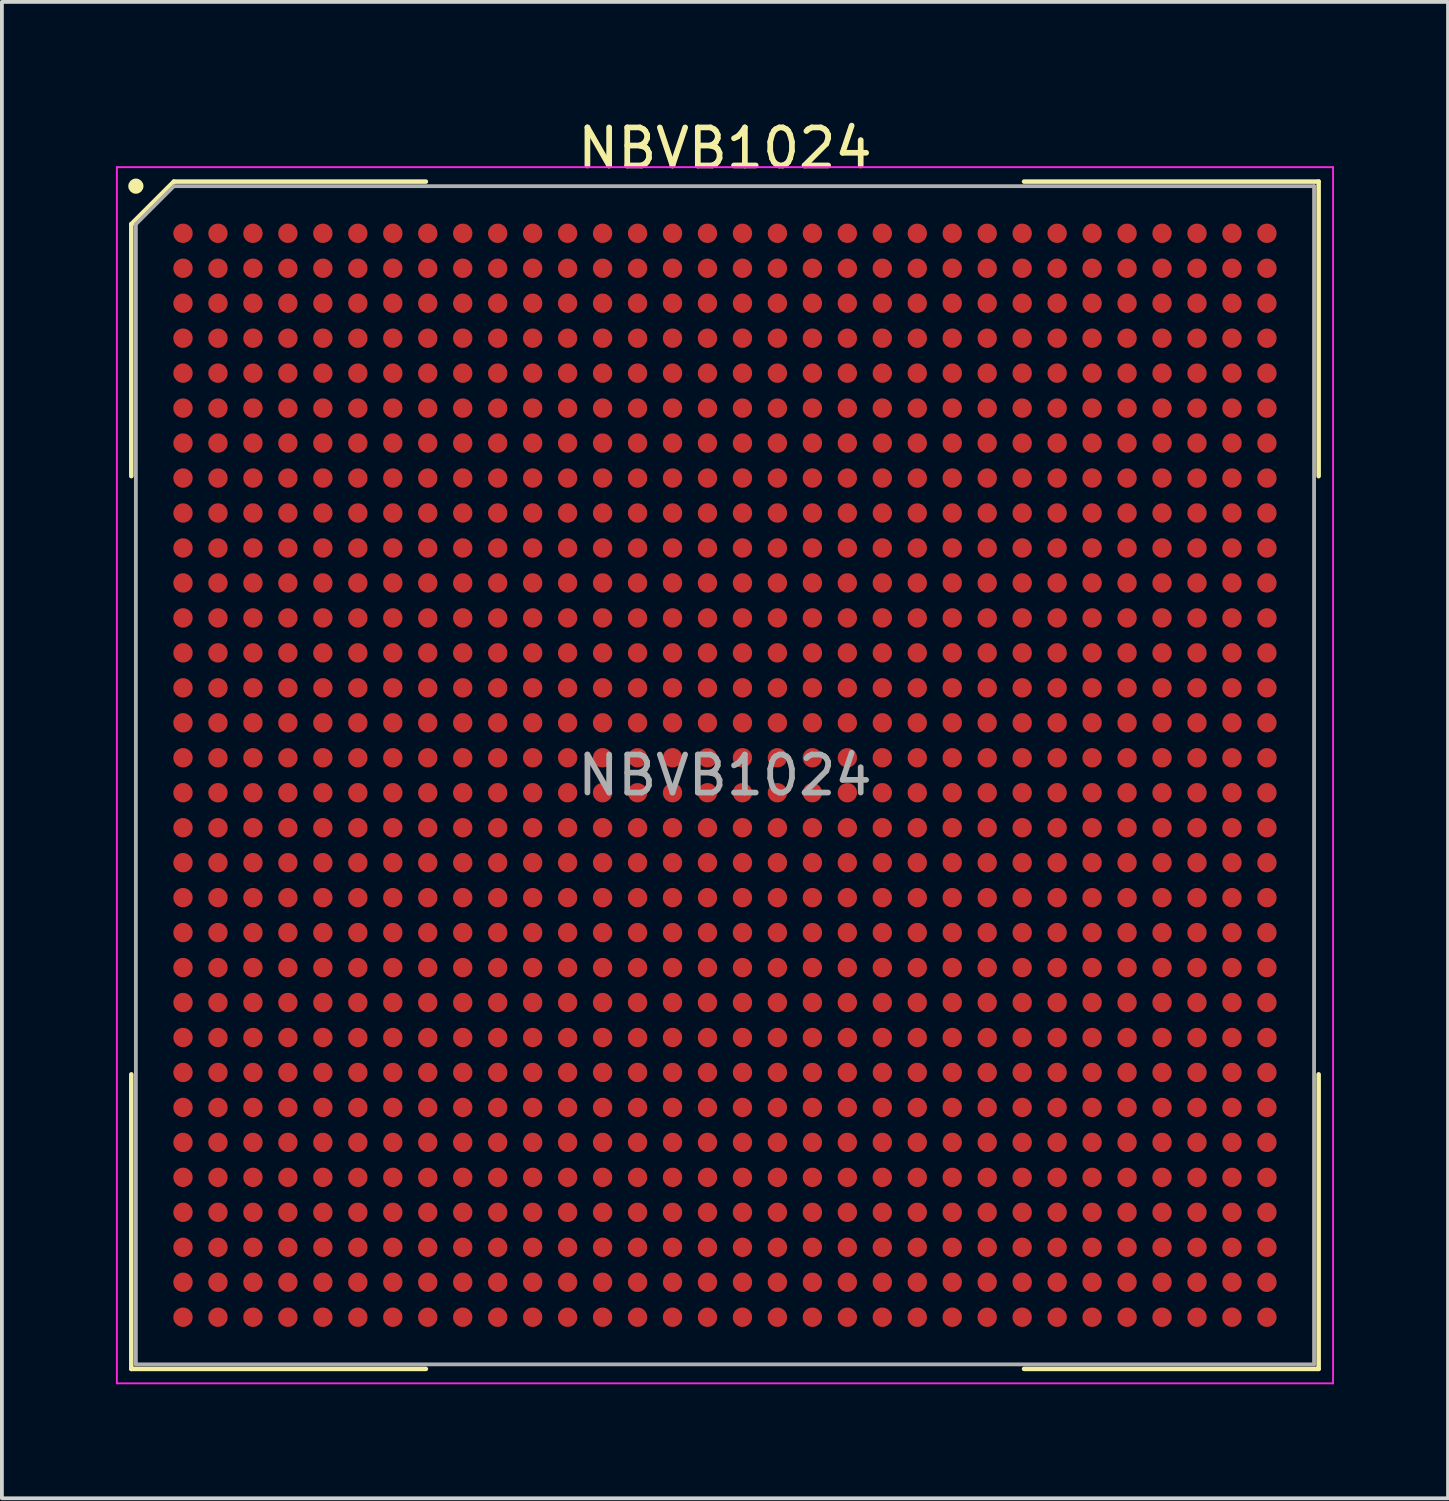
<source format=kicad_pcb>
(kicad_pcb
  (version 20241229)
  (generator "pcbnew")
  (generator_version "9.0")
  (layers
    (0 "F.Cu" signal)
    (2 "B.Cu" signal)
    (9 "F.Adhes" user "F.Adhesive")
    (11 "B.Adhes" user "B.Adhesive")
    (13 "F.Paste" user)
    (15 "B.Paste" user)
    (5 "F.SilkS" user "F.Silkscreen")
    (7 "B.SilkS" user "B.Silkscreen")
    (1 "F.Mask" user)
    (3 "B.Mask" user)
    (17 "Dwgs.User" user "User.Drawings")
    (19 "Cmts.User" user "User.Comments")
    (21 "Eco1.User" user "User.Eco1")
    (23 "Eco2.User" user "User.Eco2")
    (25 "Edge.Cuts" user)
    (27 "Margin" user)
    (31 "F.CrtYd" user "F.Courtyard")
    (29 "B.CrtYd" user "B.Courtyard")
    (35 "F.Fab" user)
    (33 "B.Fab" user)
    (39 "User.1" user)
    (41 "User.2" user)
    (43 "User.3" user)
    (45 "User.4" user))
  (footprint "NBVB1024"
    (layer "F.Cu")
    (at 16.025 17.348)
    (property "Reference" "NBVB1024" (at 0 -16.5 0) (layer "F.SilkS") (effects (font (size 1 1) (thickness 0.15))))
    (attr smd)
    (fp_line (start -15.62 -14.5) (end -15.62 -7.87) (stroke (width 0.12) (type default)) (layer "F.SilkS"))
    (fp_line (start -15.62 15.62) (end -15.62 7.87) (stroke (width 0.12) (type default)) (layer "F.SilkS"))
    (fp_line (start -14.5 -15.62) (end -15.62 -14.5) (stroke (width 0.12) (type default)) (layer "F.SilkS"))
    (fp_line (start -7.87 -15.62) (end -14.5 -15.62) (stroke (width 0.12) (type default)) (layer "F.SilkS"))
    (fp_line (start -7.87 15.62) (end -15.62 15.62) (stroke (width 0.12) (type default)) (layer "F.SilkS"))
    (fp_line (start 7.87 -15.62) (end 15.62 -15.62) (stroke (width 0.12) (type default)) (layer "F.SilkS"))
    (fp_line (start 7.87 15.62) (end 15.62 15.62) (stroke (width 0.12) (type default)) (layer "F.SilkS"))
    (fp_line (start 15.62 -15.62) (end 15.62 -7.87) (stroke (width 0.12) (type default)) (layer "F.SilkS"))
    (fp_line (start 15.62 15.62) (end 15.62 7.87) (stroke (width 0.12) (type default)) (layer "F.SilkS"))
    (fp_circle (center -15.5 -15.5) (end -15.5 -15.4) (stroke (width 0.2) (type default)) (fill no) (layer "F.SilkS"))
    (fp_line (start -16 -16) (end 16 -16) (stroke (width 0.05) (type default)) (layer "F.CrtYd"))
    (fp_line (start -16 16) (end -16 -16) (stroke (width 0.05) (type default)) (layer "F.CrtYd"))
    (fp_line (start 16 -16) (end 16 16) (stroke (width 0.05) (type default)) (layer "F.CrtYd"))
    (fp_line (start 16 16) (end -16 16) (stroke (width 0.05) (type default)) (layer "F.CrtYd"))
    (fp_line (start -15.5 -14.5) (end -15.5 15.5) (stroke (width 0.1) (type default)) (layer "F.Fab"))
    (fp_line (start -15.5 15.5) (end 15.5 15.5) (stroke (width 0.1) (type default)) (layer "F.Fab"))
    (fp_line (start -14.5 -15.5) (end -15.5 -14.5) (stroke (width 0.1) (type default)) (layer "F.Fab"))
    (fp_line (start 15.5 -15.5) (end -14.5 -15.5) (stroke (width 0.1) (type default)) (layer "F.Fab"))
    (fp_line (start 15.5 15.5) (end 15.5 -15.5) (stroke (width 0.1) (type default)) (layer "F.Fab"))
    (fp_text user "${REFERENCE}" (at 0 0 0) (layer "F.Fab") (effects (font (size 1 1) (thickness 0.15))))
    (pad "A1" smd circle (at -14.26 -14.26) (size 0.51 0.51) (layers "F.Cu" "F.Mask" "F.Paste"))
    (pad "A2" smd circle (at -13.34 -14.26) (size 0.51 0.51) (layers "F.Cu" "F.Mask" "F.Paste"))
    (pad "A3" smd circle (at -12.42 -14.26) (size 0.51 0.51) (layers "F.Cu" "F.Mask" "F.Paste"))
    (pad "A4" smd circle (at -11.5 -14.26) (size 0.51 0.51) (layers "F.Cu" "F.Mask" "F.Paste"))
    (pad "A5" smd circle (at -10.58 -14.26) (size 0.51 0.51) (layers "F.Cu" "F.Mask" "F.Paste"))
    (pad "A6" smd circle (at -9.66 -14.26) (size 0.51 0.51) (layers "F.Cu" "F.Mask" "F.Paste"))
    (pad "A7" smd circle (at -8.74 -14.26) (size 0.51 0.51) (layers "F.Cu" "F.Mask" "F.Paste"))
    (pad "A8" smd circle (at -7.82 -14.26) (size 0.51 0.51) (layers "F.Cu" "F.Mask" "F.Paste"))
    (pad "A9" smd circle (at -6.9 -14.26) (size 0.51 0.51) (layers "F.Cu" "F.Mask" "F.Paste"))
    (pad "A10" smd circle (at -5.98 -14.26) (size 0.51 0.51) (layers "F.Cu" "F.Mask" "F.Paste"))
    (pad "A11" smd circle (at -5.06 -14.26) (size 0.51 0.51) (layers "F.Cu" "F.Mask" "F.Paste"))
    (pad "A12" smd circle (at -4.14 -14.26) (size 0.51 0.51) (layers "F.Cu" "F.Mask" "F.Paste"))
    (pad "A13" smd circle (at -3.22 -14.26) (size 0.51 0.51) (layers "F.Cu" "F.Mask" "F.Paste"))
    (pad "A14" smd circle (at -2.3 -14.26) (size 0.51 0.51) (layers "F.Cu" "F.Mask" "F.Paste"))
    (pad "A15" smd circle (at -1.38 -14.26) (size 0.51 0.51) (layers "F.Cu" "F.Mask" "F.Paste"))
    (pad "A16" smd circle (at -0.46 -14.26) (size 0.51 0.51) (layers "F.Cu" "F.Mask" "F.Paste"))
    (pad "A17" smd circle (at 0.46 -14.26) (size 0.51 0.51) (layers "F.Cu" "F.Mask" "F.Paste"))
    (pad "A18" smd circle (at 1.38 -14.26) (size 0.51 0.51) (layers "F.Cu" "F.Mask" "F.Paste"))
    (pad "A19" smd circle (at 2.3 -14.26) (size 0.51 0.51) (layers "F.Cu" "F.Mask" "F.Paste"))
    (pad "A20" smd circle (at 3.22 -14.26) (size 0.51 0.51) (layers "F.Cu" "F.Mask" "F.Paste"))
    (pad "A21" smd circle (at 4.14 -14.26) (size 0.51 0.51) (layers "F.Cu" "F.Mask" "F.Paste"))
    (pad "A22" smd circle (at 5.06 -14.26) (size 0.51 0.51) (layers "F.Cu" "F.Mask" "F.Paste"))
    (pad "A23" smd circle (at 5.98 -14.26) (size 0.51 0.51) (layers "F.Cu" "F.Mask" "F.Paste"))
    (pad "A24" smd circle (at 6.9 -14.26) (size 0.51 0.51) (layers "F.Cu" "F.Mask" "F.Paste"))
    (pad "A25" smd circle (at 7.82 -14.26) (size 0.51 0.51) (layers "F.Cu" "F.Mask" "F.Paste"))
    (pad "A26" smd circle (at 8.74 -14.26) (size 0.51 0.51) (layers "F.Cu" "F.Mask" "F.Paste"))
    (pad "A27" smd circle (at 9.66 -14.26) (size 0.51 0.51) (layers "F.Cu" "F.Mask" "F.Paste"))
    (pad "A28" smd circle (at 10.58 -14.26) (size 0.51 0.51) (layers "F.Cu" "F.Mask" "F.Paste"))
    (pad "A29" smd circle (at 11.5 -14.26) (size 0.51 0.51) (layers "F.Cu" "F.Mask" "F.Paste"))
    (pad "A30" smd circle (at 12.42 -14.26) (size 0.51 0.51) (layers "F.Cu" "F.Mask" "F.Paste"))
    (pad "A31" smd circle (at 13.34 -14.26) (size 0.51 0.51) (layers "F.Cu" "F.Mask" "F.Paste"))
    (pad "A32" smd circle (at 14.26 -14.26) (size 0.51 0.51) (layers "F.Cu" "F.Mask" "F.Paste"))
    (pad "AA1" smd circle (at -14.26 4.14) (size 0.51 0.51) (layers "F.Cu" "F.Mask" "F.Paste"))
    (pad "AA2" smd circle (at -13.34 4.14) (size 0.51 0.51) (layers "F.Cu" "F.Mask" "F.Paste"))
    (pad "AA3" smd circle (at -12.42 4.14) (size 0.51 0.51) (layers "F.Cu" "F.Mask" "F.Paste"))
    (pad "AA4" smd circle (at -11.5 4.14) (size 0.51 0.51) (layers "F.Cu" "F.Mask" "F.Paste"))
    (pad "AA5" smd circle (at -10.58 4.14) (size 0.51 0.51) (layers "F.Cu" "F.Mask" "F.Paste"))
    (pad "AA6" smd circle (at -9.66 4.14) (size 0.51 0.51) (layers "F.Cu" "F.Mask" "F.Paste"))
    (pad "AA7" smd circle (at -8.74 4.14) (size 0.51 0.51) (layers "F.Cu" "F.Mask" "F.Paste"))
    (pad "AA8" smd circle (at -7.82 4.14) (size 0.51 0.51) (layers "F.Cu" "F.Mask" "F.Paste"))
    (pad "AA9" smd circle (at -6.9 4.14) (size 0.51 0.51) (layers "F.Cu" "F.Mask" "F.Paste"))
    (pad "AA10" smd circle (at -5.98 4.14) (size 0.51 0.51) (layers "F.Cu" "F.Mask" "F.Paste"))
    (pad "AA11" smd circle (at -5.06 4.14) (size 0.51 0.51) (layers "F.Cu" "F.Mask" "F.Paste"))
    (pad "AA12" smd circle (at -4.14 4.14) (size 0.51 0.51) (layers "F.Cu" "F.Mask" "F.Paste"))
    (pad "AA13" smd circle (at -3.22 4.14) (size 0.51 0.51) (layers "F.Cu" "F.Mask" "F.Paste"))
    (pad "AA14" smd circle (at -2.3 4.14) (size 0.51 0.51) (layers "F.Cu" "F.Mask" "F.Paste"))
    (pad "AA15" smd circle (at -1.38 4.14) (size 0.51 0.51) (layers "F.Cu" "F.Mask" "F.Paste"))
    (pad "AA16" smd circle (at -0.46 4.14) (size 0.51 0.51) (layers "F.Cu" "F.Mask" "F.Paste"))
    (pad "AA17" smd circle (at 0.46 4.14) (size 0.51 0.51) (layers "F.Cu" "F.Mask" "F.Paste"))
    (pad "AA18" smd circle (at 1.38 4.14) (size 0.51 0.51) (layers "F.Cu" "F.Mask" "F.Paste"))
    (pad "AA19" smd circle (at 2.3 4.14) (size 0.51 0.51) (layers "F.Cu" "F.Mask" "F.Paste"))
    (pad "AA20" smd circle (at 3.22 4.14) (size 0.51 0.51) (layers "F.Cu" "F.Mask" "F.Paste"))
    (pad "AA21" smd circle (at 4.14 4.14) (size 0.51 0.51) (layers "F.Cu" "F.Mask" "F.Paste"))
    (pad "AA22" smd circle (at 5.06 4.14) (size 0.51 0.51) (layers "F.Cu" "F.Mask" "F.Paste"))
    (pad "AA23" smd circle (at 5.98 4.14) (size 0.51 0.51) (layers "F.Cu" "F.Mask" "F.Paste"))
    (pad "AA24" smd circle (at 6.9 4.14) (size 0.51 0.51) (layers "F.Cu" "F.Mask" "F.Paste"))
    (pad "AA25" smd circle (at 7.82 4.14) (size 0.51 0.51) (layers "F.Cu" "F.Mask" "F.Paste"))
    (pad "AA26" smd circle (at 8.74 4.14) (size 0.51 0.51) (layers "F.Cu" "F.Mask" "F.Paste"))
    (pad "AA27" smd circle (at 9.66 4.14) (size 0.51 0.51) (layers "F.Cu" "F.Mask" "F.Paste"))
    (pad "AA28" smd circle (at 10.58 4.14) (size 0.51 0.51) (layers "F.Cu" "F.Mask" "F.Paste"))
    (pad "AA29" smd circle (at 11.5 4.14) (size 0.51 0.51) (layers "F.Cu" "F.Mask" "F.Paste"))
    (pad "AA30" smd circle (at 12.42 4.14) (size 0.51 0.51) (layers "F.Cu" "F.Mask" "F.Paste"))
    (pad "AA31" smd circle (at 13.34 4.14) (size 0.51 0.51) (layers "F.Cu" "F.Mask" "F.Paste"))
    (pad "AA32" smd circle (at 14.26 4.14) (size 0.51 0.51) (layers "F.Cu" "F.Mask" "F.Paste"))
    (pad "AB1" smd circle (at -14.26 5.06) (size 0.51 0.51) (layers "F.Cu" "F.Mask" "F.Paste"))
    (pad "AB2" smd circle (at -13.34 5.06) (size 0.51 0.51) (layers "F.Cu" "F.Mask" "F.Paste"))
    (pad "AB3" smd circle (at -12.42 5.06) (size 0.51 0.51) (layers "F.Cu" "F.Mask" "F.Paste"))
    (pad "AB4" smd circle (at -11.5 5.06) (size 0.51 0.51) (layers "F.Cu" "F.Mask" "F.Paste"))
    (pad "AB5" smd circle (at -10.58 5.06) (size 0.51 0.51) (layers "F.Cu" "F.Mask" "F.Paste"))
    (pad "AB6" smd circle (at -9.66 5.06) (size 0.51 0.51) (layers "F.Cu" "F.Mask" "F.Paste"))
    (pad "AB7" smd circle (at -8.74 5.06) (size 0.51 0.51) (layers "F.Cu" "F.Mask" "F.Paste"))
    (pad "AB8" smd circle (at -7.82 5.06) (size 0.51 0.51) (layers "F.Cu" "F.Mask" "F.Paste"))
    (pad "AB9" smd circle (at -6.9 5.06) (size 0.51 0.51) (layers "F.Cu" "F.Mask" "F.Paste"))
    (pad "AB10" smd circle (at -5.98 5.06) (size 0.51 0.51) (layers "F.Cu" "F.Mask" "F.Paste"))
    (pad "AB11" smd circle (at -5.06 5.06) (size 0.51 0.51) (layers "F.Cu" "F.Mask" "F.Paste"))
    (pad "AB12" smd circle (at -4.14 5.06) (size 0.51 0.51) (layers "F.Cu" "F.Mask" "F.Paste"))
    (pad "AB13" smd circle (at -3.22 5.06) (size 0.51 0.51) (layers "F.Cu" "F.Mask" "F.Paste"))
    (pad "AB14" smd circle (at -2.3 5.06) (size 0.51 0.51) (layers "F.Cu" "F.Mask" "F.Paste"))
    (pad "AB15" smd circle (at -1.38 5.06) (size 0.51 0.51) (layers "F.Cu" "F.Mask" "F.Paste"))
    (pad "AB16" smd circle (at -0.46 5.06) (size 0.51 0.51) (layers "F.Cu" "F.Mask" "F.Paste"))
    (pad "AB17" smd circle (at 0.46 5.06) (size 0.51 0.51) (layers "F.Cu" "F.Mask" "F.Paste"))
    (pad "AB18" smd circle (at 1.38 5.06) (size 0.51 0.51) (layers "F.Cu" "F.Mask" "F.Paste"))
    (pad "AB19" smd circle (at 2.3 5.06) (size 0.51 0.51) (layers "F.Cu" "F.Mask" "F.Paste"))
    (pad "AB20" smd circle (at 3.22 5.06) (size 0.51 0.51) (layers "F.Cu" "F.Mask" "F.Paste"))
    (pad "AB21" smd circle (at 4.14 5.06) (size 0.51 0.51) (layers "F.Cu" "F.Mask" "F.Paste"))
    (pad "AB22" smd circle (at 5.06 5.06) (size 0.51 0.51) (layers "F.Cu" "F.Mask" "F.Paste"))
    (pad "AB23" smd circle (at 5.98 5.06) (size 0.51 0.51) (layers "F.Cu" "F.Mask" "F.Paste"))
    (pad "AB24" smd circle (at 6.9 5.06) (size 0.51 0.51) (layers "F.Cu" "F.Mask" "F.Paste"))
    (pad "AB25" smd circle (at 7.82 5.06) (size 0.51 0.51) (layers "F.Cu" "F.Mask" "F.Paste"))
    (pad "AB26" smd circle (at 8.74 5.06) (size 0.51 0.51) (layers "F.Cu" "F.Mask" "F.Paste"))
    (pad "AB27" smd circle (at 9.66 5.06) (size 0.51 0.51) (layers "F.Cu" "F.Mask" "F.Paste"))
    (pad "AB28" smd circle (at 10.58 5.06) (size 0.51 0.51) (layers "F.Cu" "F.Mask" "F.Paste"))
    (pad "AB29" smd circle (at 11.5 5.06) (size 0.51 0.51) (layers "F.Cu" "F.Mask" "F.Paste"))
    (pad "AB30" smd circle (at 12.42 5.06) (size 0.51 0.51) (layers "F.Cu" "F.Mask" "F.Paste"))
    (pad "AB31" smd circle (at 13.34 5.06) (size 0.51 0.51) (layers "F.Cu" "F.Mask" "F.Paste"))
    (pad "AB32" smd circle (at 14.26 5.06) (size 0.51 0.51) (layers "F.Cu" "F.Mask" "F.Paste"))
    (pad "AC1" smd circle (at -14.26 5.98) (size 0.51 0.51) (layers "F.Cu" "F.Mask" "F.Paste"))
    (pad "AC2" smd circle (at -13.34 5.98) (size 0.51 0.51) (layers "F.Cu" "F.Mask" "F.Paste"))
    (pad "AC3" smd circle (at -12.42 5.98) (size 0.51 0.51) (layers "F.Cu" "F.Mask" "F.Paste"))
    (pad "AC4" smd circle (at -11.5 5.98) (size 0.51 0.51) (layers "F.Cu" "F.Mask" "F.Paste"))
    (pad "AC5" smd circle (at -10.58 5.98) (size 0.51 0.51) (layers "F.Cu" "F.Mask" "F.Paste"))
    (pad "AC6" smd circle (at -9.66 5.98) (size 0.51 0.51) (layers "F.Cu" "F.Mask" "F.Paste"))
    (pad "AC7" smd circle (at -8.74 5.98) (size 0.51 0.51) (layers "F.Cu" "F.Mask" "F.Paste"))
    (pad "AC8" smd circle (at -7.82 5.98) (size 0.51 0.51) (layers "F.Cu" "F.Mask" "F.Paste"))
    (pad "AC9" smd circle (at -6.9 5.98) (size 0.51 0.51) (layers "F.Cu" "F.Mask" "F.Paste"))
    (pad "AC10" smd circle (at -5.98 5.98) (size 0.51 0.51) (layers "F.Cu" "F.Mask" "F.Paste"))
    (pad "AC11" smd circle (at -5.06 5.98) (size 0.51 0.51) (layers "F.Cu" "F.Mask" "F.Paste"))
    (pad "AC12" smd circle (at -4.14 5.98) (size 0.51 0.51) (layers "F.Cu" "F.Mask" "F.Paste"))
    (pad "AC13" smd circle (at -3.22 5.98) (size 0.51 0.51) (layers "F.Cu" "F.Mask" "F.Paste"))
    (pad "AC14" smd circle (at -2.3 5.98) (size 0.51 0.51) (layers "F.Cu" "F.Mask" "F.Paste"))
    (pad "AC15" smd circle (at -1.38 5.98) (size 0.51 0.51) (layers "F.Cu" "F.Mask" "F.Paste"))
    (pad "AC16" smd circle (at -0.46 5.98) (size 0.51 0.51) (layers "F.Cu" "F.Mask" "F.Paste"))
    (pad "AC17" smd circle (at 0.46 5.98) (size 0.51 0.51) (layers "F.Cu" "F.Mask" "F.Paste"))
    (pad "AC18" smd circle (at 1.38 5.98) (size 0.51 0.51) (layers "F.Cu" "F.Mask" "F.Paste"))
    (pad "AC19" smd circle (at 2.3 5.98) (size 0.51 0.51) (layers "F.Cu" "F.Mask" "F.Paste"))
    (pad "AC20" smd circle (at 3.22 5.98) (size 0.51 0.51) (layers "F.Cu" "F.Mask" "F.Paste"))
    (pad "AC21" smd circle (at 4.14 5.98) (size 0.51 0.51) (layers "F.Cu" "F.Mask" "F.Paste"))
    (pad "AC22" smd circle (at 5.06 5.98) (size 0.51 0.51) (layers "F.Cu" "F.Mask" "F.Paste"))
    (pad "AC23" smd circle (at 5.98 5.98) (size 0.51 0.51) (layers "F.Cu" "F.Mask" "F.Paste"))
    (pad "AC24" smd circle (at 6.9 5.98) (size 0.51 0.51) (layers "F.Cu" "F.Mask" "F.Paste"))
    (pad "AC25" smd circle (at 7.82 5.98) (size 0.51 0.51) (layers "F.Cu" "F.Mask" "F.Paste"))
    (pad "AC26" smd circle (at 8.74 5.98) (size 0.51 0.51) (layers "F.Cu" "F.Mask" "F.Paste"))
    (pad "AC27" smd circle (at 9.66 5.98) (size 0.51 0.51) (layers "F.Cu" "F.Mask" "F.Paste"))
    (pad "AC28" smd circle (at 10.58 5.98) (size 0.51 0.51) (layers "F.Cu" "F.Mask" "F.Paste"))
    (pad "AC29" smd circle (at 11.5 5.98) (size 0.51 0.51) (layers "F.Cu" "F.Mask" "F.Paste"))
    (pad "AC30" smd circle (at 12.42 5.98) (size 0.51 0.51) (layers "F.Cu" "F.Mask" "F.Paste"))
    (pad "AC31" smd circle (at 13.34 5.98) (size 0.51 0.51) (layers "F.Cu" "F.Mask" "F.Paste"))
    (pad "AC32" smd circle (at 14.26 5.98) (size 0.51 0.51) (layers "F.Cu" "F.Mask" "F.Paste"))
    (pad "AD1" smd circle (at -14.26 6.9) (size 0.51 0.51) (layers "F.Cu" "F.Mask" "F.Paste"))
    (pad "AD2" smd circle (at -13.34 6.9) (size 0.51 0.51) (layers "F.Cu" "F.Mask" "F.Paste"))
    (pad "AD3" smd circle (at -12.42 6.9) (size 0.51 0.51) (layers "F.Cu" "F.Mask" "F.Paste"))
    (pad "AD4" smd circle (at -11.5 6.9) (size 0.51 0.51) (layers "F.Cu" "F.Mask" "F.Paste"))
    (pad "AD5" smd circle (at -10.58 6.9) (size 0.51 0.51) (layers "F.Cu" "F.Mask" "F.Paste"))
    (pad "AD6" smd circle (at -9.66 6.9) (size 0.51 0.51) (layers "F.Cu" "F.Mask" "F.Paste"))
    (pad "AD7" smd circle (at -8.74 6.9) (size 0.51 0.51) (layers "F.Cu" "F.Mask" "F.Paste"))
    (pad "AD8" smd circle (at -7.82 6.9) (size 0.51 0.51) (layers "F.Cu" "F.Mask" "F.Paste"))
    (pad "AD9" smd circle (at -6.9 6.9) (size 0.51 0.51) (layers "F.Cu" "F.Mask" "F.Paste"))
    (pad "AD10" smd circle (at -5.98 6.9) (size 0.51 0.51) (layers "F.Cu" "F.Mask" "F.Paste"))
    (pad "AD11" smd circle (at -5.06 6.9) (size 0.51 0.51) (layers "F.Cu" "F.Mask" "F.Paste"))
    (pad "AD12" smd circle (at -4.14 6.9) (size 0.51 0.51) (layers "F.Cu" "F.Mask" "F.Paste"))
    (pad "AD13" smd circle (at -3.22 6.9) (size 0.51 0.51) (layers "F.Cu" "F.Mask" "F.Paste"))
    (pad "AD14" smd circle (at -2.3 6.9) (size 0.51 0.51) (layers "F.Cu" "F.Mask" "F.Paste"))
    (pad "AD15" smd circle (at -1.38 6.9) (size 0.51 0.51) (layers "F.Cu" "F.Mask" "F.Paste"))
    (pad "AD16" smd circle (at -0.46 6.9) (size 0.51 0.51) (layers "F.Cu" "F.Mask" "F.Paste"))
    (pad "AD17" smd circle (at 0.46 6.9) (size 0.51 0.51) (layers "F.Cu" "F.Mask" "F.Paste"))
    (pad "AD18" smd circle (at 1.38 6.9) (size 0.51 0.51) (layers "F.Cu" "F.Mask" "F.Paste"))
    (pad "AD19" smd circle (at 2.3 6.9) (size 0.51 0.51) (layers "F.Cu" "F.Mask" "F.Paste"))
    (pad "AD20" smd circle (at 3.22 6.9) (size 0.51 0.51) (layers "F.Cu" "F.Mask" "F.Paste"))
    (pad "AD21" smd circle (at 4.14 6.9) (size 0.51 0.51) (layers "F.Cu" "F.Mask" "F.Paste"))
    (pad "AD22" smd circle (at 5.06 6.9) (size 0.51 0.51) (layers "F.Cu" "F.Mask" "F.Paste"))
    (pad "AD23" smd circle (at 5.98 6.9) (size 0.51 0.51) (layers "F.Cu" "F.Mask" "F.Paste"))
    (pad "AD24" smd circle (at 6.9 6.9) (size 0.51 0.51) (layers "F.Cu" "F.Mask" "F.Paste"))
    (pad "AD25" smd circle (at 7.82 6.9) (size 0.51 0.51) (layers "F.Cu" "F.Mask" "F.Paste"))
    (pad "AD26" smd circle (at 8.74 6.9) (size 0.51 0.51) (layers "F.Cu" "F.Mask" "F.Paste"))
    (pad "AD27" smd circle (at 9.66 6.9) (size 0.51 0.51) (layers "F.Cu" "F.Mask" "F.Paste"))
    (pad "AD28" smd circle (at 10.58 6.9) (size 0.51 0.51) (layers "F.Cu" "F.Mask" "F.Paste"))
    (pad "AD29" smd circle (at 11.5 6.9) (size 0.51 0.51) (layers "F.Cu" "F.Mask" "F.Paste"))
    (pad "AD30" smd circle (at 12.42 6.9) (size 0.51 0.51) (layers "F.Cu" "F.Mask" "F.Paste"))
    (pad "AD31" smd circle (at 13.34 6.9) (size 0.51 0.51) (layers "F.Cu" "F.Mask" "F.Paste"))
    (pad "AD32" smd circle (at 14.26 6.9) (size 0.51 0.51) (layers "F.Cu" "F.Mask" "F.Paste"))
    (pad "AE1" smd circle (at -14.26 7.82) (size 0.51 0.51) (layers "F.Cu" "F.Mask" "F.Paste"))
    (pad "AE2" smd circle (at -13.34 7.82) (size 0.51 0.51) (layers "F.Cu" "F.Mask" "F.Paste"))
    (pad "AE3" smd circle (at -12.42 7.82) (size 0.51 0.51) (layers "F.Cu" "F.Mask" "F.Paste"))
    (pad "AE4" smd circle (at -11.5 7.82) (size 0.51 0.51) (layers "F.Cu" "F.Mask" "F.Paste"))
    (pad "AE5" smd circle (at -10.58 7.82) (size 0.51 0.51) (layers "F.Cu" "F.Mask" "F.Paste"))
    (pad "AE6" smd circle (at -9.66 7.82) (size 0.51 0.51) (layers "F.Cu" "F.Mask" "F.Paste"))
    (pad "AE7" smd circle (at -8.74 7.82) (size 0.51 0.51) (layers "F.Cu" "F.Mask" "F.Paste"))
    (pad "AE8" smd circle (at -7.82 7.82) (size 0.51 0.51) (layers "F.Cu" "F.Mask" "F.Paste"))
    (pad "AE9" smd circle (at -6.9 7.82) (size 0.51 0.51) (layers "F.Cu" "F.Mask" "F.Paste"))
    (pad "AE10" smd circle (at -5.98 7.82) (size 0.51 0.51) (layers "F.Cu" "F.Mask" "F.Paste"))
    (pad "AE11" smd circle (at -5.06 7.82) (size 0.51 0.51) (layers "F.Cu" "F.Mask" "F.Paste"))
    (pad "AE12" smd circle (at -4.14 7.82) (size 0.51 0.51) (layers "F.Cu" "F.Mask" "F.Paste"))
    (pad "AE13" smd circle (at -3.22 7.82) (size 0.51 0.51) (layers "F.Cu" "F.Mask" "F.Paste"))
    (pad "AE14" smd circle (at -2.3 7.82) (size 0.51 0.51) (layers "F.Cu" "F.Mask" "F.Paste"))
    (pad "AE15" smd circle (at -1.38 7.82) (size 0.51 0.51) (layers "F.Cu" "F.Mask" "F.Paste"))
    (pad "AE16" smd circle (at -0.46 7.82) (size 0.51 0.51) (layers "F.Cu" "F.Mask" "F.Paste"))
    (pad "AE17" smd circle (at 0.46 7.82) (size 0.51 0.51) (layers "F.Cu" "F.Mask" "F.Paste"))
    (pad "AE18" smd circle (at 1.38 7.82) (size 0.51 0.51) (layers "F.Cu" "F.Mask" "F.Paste"))
    (pad "AE19" smd circle (at 2.3 7.82) (size 0.51 0.51) (layers "F.Cu" "F.Mask" "F.Paste"))
    (pad "AE20" smd circle (at 3.22 7.82) (size 0.51 0.51) (layers "F.Cu" "F.Mask" "F.Paste"))
    (pad "AE21" smd circle (at 4.14 7.82) (size 0.51 0.51) (layers "F.Cu" "F.Mask" "F.Paste"))
    (pad "AE22" smd circle (at 5.06 7.82) (size 0.51 0.51) (layers "F.Cu" "F.Mask" "F.Paste"))
    (pad "AE23" smd circle (at 5.98 7.82) (size 0.51 0.51) (layers "F.Cu" "F.Mask" "F.Paste"))
    (pad "AE24" smd circle (at 6.9 7.82) (size 0.51 0.51) (layers "F.Cu" "F.Mask" "F.Paste"))
    (pad "AE25" smd circle (at 7.82 7.82) (size 0.51 0.51) (layers "F.Cu" "F.Mask" "F.Paste"))
    (pad "AE26" smd circle (at 8.74 7.82) (size 0.51 0.51) (layers "F.Cu" "F.Mask" "F.Paste"))
    (pad "AE27" smd circle (at 9.66 7.82) (size 0.51 0.51) (layers "F.Cu" "F.Mask" "F.Paste"))
    (pad "AE28" smd circle (at 10.58 7.82) (size 0.51 0.51) (layers "F.Cu" "F.Mask" "F.Paste"))
    (pad "AE29" smd circle (at 11.5 7.82) (size 0.51 0.51) (layers "F.Cu" "F.Mask" "F.Paste"))
    (pad "AE30" smd circle (at 12.42 7.82) (size 0.51 0.51) (layers "F.Cu" "F.Mask" "F.Paste"))
    (pad "AE31" smd circle (at 13.34 7.82) (size 0.51 0.51) (layers "F.Cu" "F.Mask" "F.Paste"))
    (pad "AE32" smd circle (at 14.26 7.82) (size 0.51 0.51) (layers "F.Cu" "F.Mask" "F.Paste"))
    (pad "AF1" smd circle (at -14.26 8.74) (size 0.51 0.51) (layers "F.Cu" "F.Mask" "F.Paste"))
    (pad "AF2" smd circle (at -13.34 8.74) (size 0.51 0.51) (layers "F.Cu" "F.Mask" "F.Paste"))
    (pad "AF3" smd circle (at -12.42 8.74) (size 0.51 0.51) (layers "F.Cu" "F.Mask" "F.Paste"))
    (pad "AF4" smd circle (at -11.5 8.74) (size 0.51 0.51) (layers "F.Cu" "F.Mask" "F.Paste"))
    (pad "AF5" smd circle (at -10.58 8.74) (size 0.51 0.51) (layers "F.Cu" "F.Mask" "F.Paste"))
    (pad "AF6" smd circle (at -9.66 8.74) (size 0.51 0.51) (layers "F.Cu" "F.Mask" "F.Paste"))
    (pad "AF7" smd circle (at -8.74 8.74) (size 0.51 0.51) (layers "F.Cu" "F.Mask" "F.Paste"))
    (pad "AF8" smd circle (at -7.82 8.74) (size 0.51 0.51) (layers "F.Cu" "F.Mask" "F.Paste"))
    (pad "AF9" smd circle (at -6.9 8.74) (size 0.51 0.51) (layers "F.Cu" "F.Mask" "F.Paste"))
    (pad "AF10" smd circle (at -5.98 8.74) (size 0.51 0.51) (layers "F.Cu" "F.Mask" "F.Paste"))
    (pad "AF11" smd circle (at -5.06 8.74) (size 0.51 0.51) (layers "F.Cu" "F.Mask" "F.Paste"))
    (pad "AF12" smd circle (at -4.14 8.74) (size 0.51 0.51) (layers "F.Cu" "F.Mask" "F.Paste"))
    (pad "AF13" smd circle (at -3.22 8.74) (size 0.51 0.51) (layers "F.Cu" "F.Mask" "F.Paste"))
    (pad "AF14" smd circle (at -2.3 8.74) (size 0.51 0.51) (layers "F.Cu" "F.Mask" "F.Paste"))
    (pad "AF15" smd circle (at -1.38 8.74) (size 0.51 0.51) (layers "F.Cu" "F.Mask" "F.Paste"))
    (pad "AF16" smd circle (at -0.46 8.74) (size 0.51 0.51) (layers "F.Cu" "F.Mask" "F.Paste"))
    (pad "AF17" smd circle (at 0.46 8.74) (size 0.51 0.51) (layers "F.Cu" "F.Mask" "F.Paste"))
    (pad "AF18" smd circle (at 1.38 8.74) (size 0.51 0.51) (layers "F.Cu" "F.Mask" "F.Paste"))
    (pad "AF19" smd circle (at 2.3 8.74) (size 0.51 0.51) (layers "F.Cu" "F.Mask" "F.Paste"))
    (pad "AF20" smd circle (at 3.22 8.74) (size 0.51 0.51) (layers "F.Cu" "F.Mask" "F.Paste"))
    (pad "AF21" smd circle (at 4.14 8.74) (size 0.51 0.51) (layers "F.Cu" "F.Mask" "F.Paste"))
    (pad "AF22" smd circle (at 5.06 8.74) (size 0.51 0.51) (layers "F.Cu" "F.Mask" "F.Paste"))
    (pad "AF23" smd circle (at 5.98 8.74) (size 0.51 0.51) (layers "F.Cu" "F.Mask" "F.Paste"))
    (pad "AF24" smd circle (at 6.9 8.74) (size 0.51 0.51) (layers "F.Cu" "F.Mask" "F.Paste"))
    (pad "AF25" smd circle (at 7.82 8.74) (size 0.51 0.51) (layers "F.Cu" "F.Mask" "F.Paste"))
    (pad "AF26" smd circle (at 8.74 8.74) (size 0.51 0.51) (layers "F.Cu" "F.Mask" "F.Paste"))
    (pad "AF27" smd circle (at 9.66 8.74) (size 0.51 0.51) (layers "F.Cu" "F.Mask" "F.Paste"))
    (pad "AF28" smd circle (at 10.58 8.74) (size 0.51 0.51) (layers "F.Cu" "F.Mask" "F.Paste"))
    (pad "AF29" smd circle (at 11.5 8.74) (size 0.51 0.51) (layers "F.Cu" "F.Mask" "F.Paste"))
    (pad "AF30" smd circle (at 12.42 8.74) (size 0.51 0.51) (layers "F.Cu" "F.Mask" "F.Paste"))
    (pad "AF31" smd circle (at 13.34 8.74) (size 0.51 0.51) (layers "F.Cu" "F.Mask" "F.Paste"))
    (pad "AF32" smd circle (at 14.26 8.74) (size 0.51 0.51) (layers "F.Cu" "F.Mask" "F.Paste"))
    (pad "AG1" smd circle (at -14.26 9.66) (size 0.51 0.51) (layers "F.Cu" "F.Mask" "F.Paste"))
    (pad "AG2" smd circle (at -13.34 9.66) (size 0.51 0.51) (layers "F.Cu" "F.Mask" "F.Paste"))
    (pad "AG3" smd circle (at -12.42 9.66) (size 0.51 0.51) (layers "F.Cu" "F.Mask" "F.Paste"))
    (pad "AG4" smd circle (at -11.5 9.66) (size 0.51 0.51) (layers "F.Cu" "F.Mask" "F.Paste"))
    (pad "AG5" smd circle (at -10.58 9.66) (size 0.51 0.51) (layers "F.Cu" "F.Mask" "F.Paste"))
    (pad "AG6" smd circle (at -9.66 9.66) (size 0.51 0.51) (layers "F.Cu" "F.Mask" "F.Paste"))
    (pad "AG7" smd circle (at -8.74 9.66) (size 0.51 0.51) (layers "F.Cu" "F.Mask" "F.Paste"))
    (pad "AG8" smd circle (at -7.82 9.66) (size 0.51 0.51) (layers "F.Cu" "F.Mask" "F.Paste"))
    (pad "AG9" smd circle (at -6.9 9.66) (size 0.51 0.51) (layers "F.Cu" "F.Mask" "F.Paste"))
    (pad "AG10" smd circle (at -5.98 9.66) (size 0.51 0.51) (layers "F.Cu" "F.Mask" "F.Paste"))
    (pad "AG11" smd circle (at -5.06 9.66) (size 0.51 0.51) (layers "F.Cu" "F.Mask" "F.Paste"))
    (pad "AG12" smd circle (at -4.14 9.66) (size 0.51 0.51) (layers "F.Cu" "F.Mask" "F.Paste"))
    (pad "AG13" smd circle (at -3.22 9.66) (size 0.51 0.51) (layers "F.Cu" "F.Mask" "F.Paste"))
    (pad "AG14" smd circle (at -2.3 9.66) (size 0.51 0.51) (layers "F.Cu" "F.Mask" "F.Paste"))
    (pad "AG15" smd circle (at -1.38 9.66) (size 0.51 0.51) (layers "F.Cu" "F.Mask" "F.Paste"))
    (pad "AG16" smd circle (at -0.46 9.66) (size 0.51 0.51) (layers "F.Cu" "F.Mask" "F.Paste"))
    (pad "AG17" smd circle (at 0.46 9.66) (size 0.51 0.51) (layers "F.Cu" "F.Mask" "F.Paste"))
    (pad "AG18" smd circle (at 1.38 9.66) (size 0.51 0.51) (layers "F.Cu" "F.Mask" "F.Paste"))
    (pad "AG19" smd circle (at 2.3 9.66) (size 0.51 0.51) (layers "F.Cu" "F.Mask" "F.Paste"))
    (pad "AG20" smd circle (at 3.22 9.66) (size 0.51 0.51) (layers "F.Cu" "F.Mask" "F.Paste"))
    (pad "AG21" smd circle (at 4.14 9.66) (size 0.51 0.51) (layers "F.Cu" "F.Mask" "F.Paste"))
    (pad "AG22" smd circle (at 5.06 9.66) (size 0.51 0.51) (layers "F.Cu" "F.Mask" "F.Paste"))
    (pad "AG23" smd circle (at 5.98 9.66) (size 0.51 0.51) (layers "F.Cu" "F.Mask" "F.Paste"))
    (pad "AG24" smd circle (at 6.9 9.66) (size 0.51 0.51) (layers "F.Cu" "F.Mask" "F.Paste"))
    (pad "AG25" smd circle (at 7.82 9.66) (size 0.51 0.51) (layers "F.Cu" "F.Mask" "F.Paste"))
    (pad "AG26" smd circle (at 8.74 9.66) (size 0.51 0.51) (layers "F.Cu" "F.Mask" "F.Paste"))
    (pad "AG27" smd circle (at 9.66 9.66) (size 0.51 0.51) (layers "F.Cu" "F.Mask" "F.Paste"))
    (pad "AG28" smd circle (at 10.58 9.66) (size 0.51 0.51) (layers "F.Cu" "F.Mask" "F.Paste"))
    (pad "AG29" smd circle (at 11.5 9.66) (size 0.51 0.51) (layers "F.Cu" "F.Mask" "F.Paste"))
    (pad "AG30" smd circle (at 12.42 9.66) (size 0.51 0.51) (layers "F.Cu" "F.Mask" "F.Paste"))
    (pad "AG31" smd circle (at 13.34 9.66) (size 0.51 0.51) (layers "F.Cu" "F.Mask" "F.Paste"))
    (pad "AG32" smd circle (at 14.26 9.66) (size 0.51 0.51) (layers "F.Cu" "F.Mask" "F.Paste"))
    (pad "AH1" smd circle (at -14.26 10.58) (size 0.51 0.51) (layers "F.Cu" "F.Mask" "F.Paste"))
    (pad "AH2" smd circle (at -13.34 10.58) (size 0.51 0.51) (layers "F.Cu" "F.Mask" "F.Paste"))
    (pad "AH3" smd circle (at -12.42 10.58) (size 0.51 0.51) (layers "F.Cu" "F.Mask" "F.Paste"))
    (pad "AH4" smd circle (at -11.5 10.58) (size 0.51 0.51) (layers "F.Cu" "F.Mask" "F.Paste"))
    (pad "AH5" smd circle (at -10.58 10.58) (size 0.51 0.51) (layers "F.Cu" "F.Mask" "F.Paste"))
    (pad "AH6" smd circle (at -9.66 10.58) (size 0.51 0.51) (layers "F.Cu" "F.Mask" "F.Paste"))
    (pad "AH7" smd circle (at -8.74 10.58) (size 0.51 0.51) (layers "F.Cu" "F.Mask" "F.Paste"))
    (pad "AH8" smd circle (at -7.82 10.58) (size 0.51 0.51) (layers "F.Cu" "F.Mask" "F.Paste"))
    (pad "AH9" smd circle (at -6.9 10.58) (size 0.51 0.51) (layers "F.Cu" "F.Mask" "F.Paste"))
    (pad "AH10" smd circle (at -5.98 10.58) (size 0.51 0.51) (layers "F.Cu" "F.Mask" "F.Paste"))
    (pad "AH11" smd circle (at -5.06 10.58) (size 0.51 0.51) (layers "F.Cu" "F.Mask" "F.Paste"))
    (pad "AH12" smd circle (at -4.14 10.58) (size 0.51 0.51) (layers "F.Cu" "F.Mask" "F.Paste"))
    (pad "AH13" smd circle (at -3.22 10.58) (size 0.51 0.51) (layers "F.Cu" "F.Mask" "F.Paste"))
    (pad "AH14" smd circle (at -2.3 10.58) (size 0.51 0.51) (layers "F.Cu" "F.Mask" "F.Paste"))
    (pad "AH15" smd circle (at -1.38 10.58) (size 0.51 0.51) (layers "F.Cu" "F.Mask" "F.Paste"))
    (pad "AH16" smd circle (at -0.46 10.58) (size 0.51 0.51) (layers "F.Cu" "F.Mask" "F.Paste"))
    (pad "AH17" smd circle (at 0.46 10.58) (size 0.51 0.51) (layers "F.Cu" "F.Mask" "F.Paste"))
    (pad "AH18" smd circle (at 1.38 10.58) (size 0.51 0.51) (layers "F.Cu" "F.Mask" "F.Paste"))
    (pad "AH19" smd circle (at 2.3 10.58) (size 0.51 0.51) (layers "F.Cu" "F.Mask" "F.Paste"))
    (pad "AH20" smd circle (at 3.22 10.58) (size 0.51 0.51) (layers "F.Cu" "F.Mask" "F.Paste"))
    (pad "AH21" smd circle (at 4.14 10.58) (size 0.51 0.51) (layers "F.Cu" "F.Mask" "F.Paste"))
    (pad "AH22" smd circle (at 5.06 10.58) (size 0.51 0.51) (layers "F.Cu" "F.Mask" "F.Paste"))
    (pad "AH23" smd circle (at 5.98 10.58) (size 0.51 0.51) (layers "F.Cu" "F.Mask" "F.Paste"))
    (pad "AH24" smd circle (at 6.9 10.58) (size 0.51 0.51) (layers "F.Cu" "F.Mask" "F.Paste"))
    (pad "AH25" smd circle (at 7.82 10.58) (size 0.51 0.51) (layers "F.Cu" "F.Mask" "F.Paste"))
    (pad "AH26" smd circle (at 8.74 10.58) (size 0.51 0.51) (layers "F.Cu" "F.Mask" "F.Paste"))
    (pad "AH27" smd circle (at 9.66 10.58) (size 0.51 0.51) (layers "F.Cu" "F.Mask" "F.Paste"))
    (pad "AH28" smd circle (at 10.58 10.58) (size 0.51 0.51) (layers "F.Cu" "F.Mask" "F.Paste"))
    (pad "AH29" smd circle (at 11.5 10.58) (size 0.51 0.51) (layers "F.Cu" "F.Mask" "F.Paste"))
    (pad "AH30" smd circle (at 12.42 10.58) (size 0.51 0.51) (layers "F.Cu" "F.Mask" "F.Paste"))
    (pad "AH31" smd circle (at 13.34 10.58) (size 0.51 0.51) (layers "F.Cu" "F.Mask" "F.Paste"))
    (pad "AH32" smd circle (at 14.26 10.58) (size 0.51 0.51) (layers "F.Cu" "F.Mask" "F.Paste"))
    (pad "AJ1" smd circle (at -14.26 11.5) (size 0.51 0.51) (layers "F.Cu" "F.Mask" "F.Paste"))
    (pad "AJ2" smd circle (at -13.34 11.5) (size 0.51 0.51) (layers "F.Cu" "F.Mask" "F.Paste"))
    (pad "AJ3" smd circle (at -12.42 11.5) (size 0.51 0.51) (layers "F.Cu" "F.Mask" "F.Paste"))
    (pad "AJ4" smd circle (at -11.5 11.5) (size 0.51 0.51) (layers "F.Cu" "F.Mask" "F.Paste"))
    (pad "AJ5" smd circle (at -10.58 11.5) (size 0.51 0.51) (layers "F.Cu" "F.Mask" "F.Paste"))
    (pad "AJ6" smd circle (at -9.66 11.5) (size 0.51 0.51) (layers "F.Cu" "F.Mask" "F.Paste"))
    (pad "AJ7" smd circle (at -8.74 11.5) (size 0.51 0.51) (layers "F.Cu" "F.Mask" "F.Paste"))
    (pad "AJ8" smd circle (at -7.82 11.5) (size 0.51 0.51) (layers "F.Cu" "F.Mask" "F.Paste"))
    (pad "AJ9" smd circle (at -6.9 11.5) (size 0.51 0.51) (layers "F.Cu" "F.Mask" "F.Paste"))
    (pad "AJ10" smd circle (at -5.98 11.5) (size 0.51 0.51) (layers "F.Cu" "F.Mask" "F.Paste"))
    (pad "AJ11" smd circle (at -5.06 11.5) (size 0.51 0.51) (layers "F.Cu" "F.Mask" "F.Paste"))
    (pad "AJ12" smd circle (at -4.14 11.5) (size 0.51 0.51) (layers "F.Cu" "F.Mask" "F.Paste"))
    (pad "AJ13" smd circle (at -3.22 11.5) (size 0.51 0.51) (layers "F.Cu" "F.Mask" "F.Paste"))
    (pad "AJ14" smd circle (at -2.3 11.5) (size 0.51 0.51) (layers "F.Cu" "F.Mask" "F.Paste"))
    (pad "AJ15" smd circle (at -1.38 11.5) (size 0.51 0.51) (layers "F.Cu" "F.Mask" "F.Paste"))
    (pad "AJ16" smd circle (at -0.46 11.5) (size 0.51 0.51) (layers "F.Cu" "F.Mask" "F.Paste"))
    (pad "AJ17" smd circle (at 0.46 11.5) (size 0.51 0.51) (layers "F.Cu" "F.Mask" "F.Paste"))
    (pad "AJ18" smd circle (at 1.38 11.5) (size 0.51 0.51) (layers "F.Cu" "F.Mask" "F.Paste"))
    (pad "AJ19" smd circle (at 2.3 11.5) (size 0.51 0.51) (layers "F.Cu" "F.Mask" "F.Paste"))
    (pad "AJ20" smd circle (at 3.22 11.5) (size 0.51 0.51) (layers "F.Cu" "F.Mask" "F.Paste"))
    (pad "AJ21" smd circle (at 4.14 11.5) (size 0.51 0.51) (layers "F.Cu" "F.Mask" "F.Paste"))
    (pad "AJ22" smd circle (at 5.06 11.5) (size 0.51 0.51) (layers "F.Cu" "F.Mask" "F.Paste"))
    (pad "AJ23" smd circle (at 5.98 11.5) (size 0.51 0.51) (layers "F.Cu" "F.Mask" "F.Paste"))
    (pad "AJ24" smd circle (at 6.9 11.5) (size 0.51 0.51) (layers "F.Cu" "F.Mask" "F.Paste"))
    (pad "AJ25" smd circle (at 7.82 11.5) (size 0.51 0.51) (layers "F.Cu" "F.Mask" "F.Paste"))
    (pad "AJ26" smd circle (at 8.74 11.5) (size 0.51 0.51) (layers "F.Cu" "F.Mask" "F.Paste"))
    (pad "AJ27" smd circle (at 9.66 11.5) (size 0.51 0.51) (layers "F.Cu" "F.Mask" "F.Paste"))
    (pad "AJ28" smd circle (at 10.58 11.5) (size 0.51 0.51) (layers "F.Cu" "F.Mask" "F.Paste"))
    (pad "AJ29" smd circle (at 11.5 11.5) (size 0.51 0.51) (layers "F.Cu" "F.Mask" "F.Paste"))
    (pad "AJ30" smd circle (at 12.42 11.5) (size 0.51 0.51) (layers "F.Cu" "F.Mask" "F.Paste"))
    (pad "AJ31" smd circle (at 13.34 11.5) (size 0.51 0.51) (layers "F.Cu" "F.Mask" "F.Paste"))
    (pad "AJ32" smd circle (at 14.26 11.5) (size 0.51 0.51) (layers "F.Cu" "F.Mask" "F.Paste"))
    (pad "AK1" smd circle (at -14.26 12.42) (size 0.51 0.51) (layers "F.Cu" "F.Mask" "F.Paste"))
    (pad "AK2" smd circle (at -13.34 12.42) (size 0.51 0.51) (layers "F.Cu" "F.Mask" "F.Paste"))
    (pad "AK3" smd circle (at -12.42 12.42) (size 0.51 0.51) (layers "F.Cu" "F.Mask" "F.Paste"))
    (pad "AK4" smd circle (at -11.5 12.42) (size 0.51 0.51) (layers "F.Cu" "F.Mask" "F.Paste"))
    (pad "AK5" smd circle (at -10.58 12.42) (size 0.51 0.51) (layers "F.Cu" "F.Mask" "F.Paste"))
    (pad "AK6" smd circle (at -9.66 12.42) (size 0.51 0.51) (layers "F.Cu" "F.Mask" "F.Paste"))
    (pad "AK7" smd circle (at -8.74 12.42) (size 0.51 0.51) (layers "F.Cu" "F.Mask" "F.Paste"))
    (pad "AK8" smd circle (at -7.82 12.42) (size 0.51 0.51) (layers "F.Cu" "F.Mask" "F.Paste"))
    (pad "AK9" smd circle (at -6.9 12.42) (size 0.51 0.51) (layers "F.Cu" "F.Mask" "F.Paste"))
    (pad "AK10" smd circle (at -5.98 12.42) (size 0.51 0.51) (layers "F.Cu" "F.Mask" "F.Paste"))
    (pad "AK11" smd circle (at -5.06 12.42) (size 0.51 0.51) (layers "F.Cu" "F.Mask" "F.Paste"))
    (pad "AK12" smd circle (at -4.14 12.42) (size 0.51 0.51) (layers "F.Cu" "F.Mask" "F.Paste"))
    (pad "AK13" smd circle (at -3.22 12.42) (size 0.51 0.51) (layers "F.Cu" "F.Mask" "F.Paste"))
    (pad "AK14" smd circle (at -2.3 12.42) (size 0.51 0.51) (layers "F.Cu" "F.Mask" "F.Paste"))
    (pad "AK15" smd circle (at -1.38 12.42) (size 0.51 0.51) (layers "F.Cu" "F.Mask" "F.Paste"))
    (pad "AK16" smd circle (at -0.46 12.42) (size 0.51 0.51) (layers "F.Cu" "F.Mask" "F.Paste"))
    (pad "AK17" smd circle (at 0.46 12.42) (size 0.51 0.51) (layers "F.Cu" "F.Mask" "F.Paste"))
    (pad "AK18" smd circle (at 1.38 12.42) (size 0.51 0.51) (layers "F.Cu" "F.Mask" "F.Paste"))
    (pad "AK19" smd circle (at 2.3 12.42) (size 0.51 0.51) (layers "F.Cu" "F.Mask" "F.Paste"))
    (pad "AK20" smd circle (at 3.22 12.42) (size 0.51 0.51) (layers "F.Cu" "F.Mask" "F.Paste"))
    (pad "AK21" smd circle (at 4.14 12.42) (size 0.51 0.51) (layers "F.Cu" "F.Mask" "F.Paste"))
    (pad "AK22" smd circle (at 5.06 12.42) (size 0.51 0.51) (layers "F.Cu" "F.Mask" "F.Paste"))
    (pad "AK23" smd circle (at 5.98 12.42) (size 0.51 0.51) (layers "F.Cu" "F.Mask" "F.Paste"))
    (pad "AK24" smd circle (at 6.9 12.42) (size 0.51 0.51) (layers "F.Cu" "F.Mask" "F.Paste"))
    (pad "AK25" smd circle (at 7.82 12.42) (size 0.51 0.51) (layers "F.Cu" "F.Mask" "F.Paste"))
    (pad "AK26" smd circle (at 8.74 12.42) (size 0.51 0.51) (layers "F.Cu" "F.Mask" "F.Paste"))
    (pad "AK27" smd circle (at 9.66 12.42) (size 0.51 0.51) (layers "F.Cu" "F.Mask" "F.Paste"))
    (pad "AK28" smd circle (at 10.58 12.42) (size 0.51 0.51) (layers "F.Cu" "F.Mask" "F.Paste"))
    (pad "AK29" smd circle (at 11.5 12.42) (size 0.51 0.51) (layers "F.Cu" "F.Mask" "F.Paste"))
    (pad "AK30" smd circle (at 12.42 12.42) (size 0.51 0.51) (layers "F.Cu" "F.Mask" "F.Paste"))
    (pad "AK31" smd circle (at 13.34 12.42) (size 0.51 0.51) (layers "F.Cu" "F.Mask" "F.Paste"))
    (pad "AK32" smd circle (at 14.26 12.42) (size 0.51 0.51) (layers "F.Cu" "F.Mask" "F.Paste"))
    (pad "AL1" smd circle (at -14.26 13.34) (size 0.51 0.51) (layers "F.Cu" "F.Mask" "F.Paste"))
    (pad "AL2" smd circle (at -13.34 13.34) (size 0.51 0.51) (layers "F.Cu" "F.Mask" "F.Paste"))
    (pad "AL3" smd circle (at -12.42 13.34) (size 0.51 0.51) (layers "F.Cu" "F.Mask" "F.Paste"))
    (pad "AL4" smd circle (at -11.5 13.34) (size 0.51 0.51) (layers "F.Cu" "F.Mask" "F.Paste"))
    (pad "AL5" smd circle (at -10.58 13.34) (size 0.51 0.51) (layers "F.Cu" "F.Mask" "F.Paste"))
    (pad "AL6" smd circle (at -9.66 13.34) (size 0.51 0.51) (layers "F.Cu" "F.Mask" "F.Paste"))
    (pad "AL7" smd circle (at -8.74 13.34) (size 0.51 0.51) (layers "F.Cu" "F.Mask" "F.Paste"))
    (pad "AL8" smd circle (at -7.82 13.34) (size 0.51 0.51) (layers "F.Cu" "F.Mask" "F.Paste"))
    (pad "AL9" smd circle (at -6.9 13.34) (size 0.51 0.51) (layers "F.Cu" "F.Mask" "F.Paste"))
    (pad "AL10" smd circle (at -5.98 13.34) (size 0.51 0.51) (layers "F.Cu" "F.Mask" "F.Paste"))
    (pad "AL11" smd circle (at -5.06 13.34) (size 0.51 0.51) (layers "F.Cu" "F.Mask" "F.Paste"))
    (pad "AL12" smd circle (at -4.14 13.34) (size 0.51 0.51) (layers "F.Cu" "F.Mask" "F.Paste"))
    (pad "AL13" smd circle (at -3.22 13.34) (size 0.51 0.51) (layers "F.Cu" "F.Mask" "F.Paste"))
    (pad "AL14" smd circle (at -2.3 13.34) (size 0.51 0.51) (layers "F.Cu" "F.Mask" "F.Paste"))
    (pad "AL15" smd circle (at -1.38 13.34) (size 0.51 0.51) (layers "F.Cu" "F.Mask" "F.Paste"))
    (pad "AL16" smd circle (at -0.46 13.34) (size 0.51 0.51) (layers "F.Cu" "F.Mask" "F.Paste"))
    (pad "AL17" smd circle (at 0.46 13.34) (size 0.51 0.51) (layers "F.Cu" "F.Mask" "F.Paste"))
    (pad "AL18" smd circle (at 1.38 13.34) (size 0.51 0.51) (layers "F.Cu" "F.Mask" "F.Paste"))
    (pad "AL19" smd circle (at 2.3 13.34) (size 0.51 0.51) (layers "F.Cu" "F.Mask" "F.Paste"))
    (pad "AL20" smd circle (at 3.22 13.34) (size 0.51 0.51) (layers "F.Cu" "F.Mask" "F.Paste"))
    (pad "AL21" smd circle (at 4.14 13.34) (size 0.51 0.51) (layers "F.Cu" "F.Mask" "F.Paste"))
    (pad "AL22" smd circle (at 5.06 13.34) (size 0.51 0.51) (layers "F.Cu" "F.Mask" "F.Paste"))
    (pad "AL23" smd circle (at 5.98 13.34) (size 0.51 0.51) (layers "F.Cu" "F.Mask" "F.Paste"))
    (pad "AL24" smd circle (at 6.9 13.34) (size 0.51 0.51) (layers "F.Cu" "F.Mask" "F.Paste"))
    (pad "AL25" smd circle (at 7.82 13.34) (size 0.51 0.51) (layers "F.Cu" "F.Mask" "F.Paste"))
    (pad "AL26" smd circle (at 8.74 13.34) (size 0.51 0.51) (layers "F.Cu" "F.Mask" "F.Paste"))
    (pad "AL27" smd circle (at 9.66 13.34) (size 0.51 0.51) (layers "F.Cu" "F.Mask" "F.Paste"))
    (pad "AL28" smd circle (at 10.58 13.34) (size 0.51 0.51) (layers "F.Cu" "F.Mask" "F.Paste"))
    (pad "AL29" smd circle (at 11.5 13.34) (size 0.51 0.51) (layers "F.Cu" "F.Mask" "F.Paste"))
    (pad "AL30" smd circle (at 12.42 13.34) (size 0.51 0.51) (layers "F.Cu" "F.Mask" "F.Paste"))
    (pad "AL31" smd circle (at 13.34 13.34) (size 0.51 0.51) (layers "F.Cu" "F.Mask" "F.Paste"))
    (pad "AL32" smd circle (at 14.26 13.34) (size 0.51 0.51) (layers "F.Cu" "F.Mask" "F.Paste"))
    (pad "AM1" smd circle (at -14.26 14.26) (size 0.51 0.51) (layers "F.Cu" "F.Mask" "F.Paste"))
    (pad "AM2" smd circle (at -13.34 14.26) (size 0.51 0.51) (layers "F.Cu" "F.Mask" "F.Paste"))
    (pad "AM3" smd circle (at -12.42 14.26) (size 0.51 0.51) (layers "F.Cu" "F.Mask" "F.Paste"))
    (pad "AM4" smd circle (at -11.5 14.26) (size 0.51 0.51) (layers "F.Cu" "F.Mask" "F.Paste"))
    (pad "AM5" smd circle (at -10.58 14.26) (size 0.51 0.51) (layers "F.Cu" "F.Mask" "F.Paste"))
    (pad "AM6" smd circle (at -9.66 14.26) (size 0.51 0.51) (layers "F.Cu" "F.Mask" "F.Paste"))
    (pad "AM7" smd circle (at -8.74 14.26) (size 0.51 0.51) (layers "F.Cu" "F.Mask" "F.Paste"))
    (pad "AM8" smd circle (at -7.82 14.26) (size 0.51 0.51) (layers "F.Cu" "F.Mask" "F.Paste"))
    (pad "AM9" smd circle (at -6.9 14.26) (size 0.51 0.51) (layers "F.Cu" "F.Mask" "F.Paste"))
    (pad "AM10" smd circle (at -5.98 14.26) (size 0.51 0.51) (layers "F.Cu" "F.Mask" "F.Paste"))
    (pad "AM11" smd circle (at -5.06 14.26) (size 0.51 0.51) (layers "F.Cu" "F.Mask" "F.Paste"))
    (pad "AM12" smd circle (at -4.14 14.26) (size 0.51 0.51) (layers "F.Cu" "F.Mask" "F.Paste"))
    (pad "AM13" smd circle (at -3.22 14.26) (size 0.51 0.51) (layers "F.Cu" "F.Mask" "F.Paste"))
    (pad "AM14" smd circle (at -2.3 14.26) (size 0.51 0.51) (layers "F.Cu" "F.Mask" "F.Paste"))
    (pad "AM15" smd circle (at -1.38 14.26) (size 0.51 0.51) (layers "F.Cu" "F.Mask" "F.Paste"))
    (pad "AM16" smd circle (at -0.46 14.26) (size 0.51 0.51) (layers "F.Cu" "F.Mask" "F.Paste"))
    (pad "AM17" smd circle (at 0.46 14.26) (size 0.51 0.51) (layers "F.Cu" "F.Mask" "F.Paste"))
    (pad "AM18" smd circle (at 1.38 14.26) (size 0.51 0.51) (layers "F.Cu" "F.Mask" "F.Paste"))
    (pad "AM19" smd circle (at 2.3 14.26) (size 0.51 0.51) (layers "F.Cu" "F.Mask" "F.Paste"))
    (pad "AM20" smd circle (at 3.22 14.26) (size 0.51 0.51) (layers "F.Cu" "F.Mask" "F.Paste"))
    (pad "AM21" smd circle (at 4.14 14.26) (size 0.51 0.51) (layers "F.Cu" "F.Mask" "F.Paste"))
    (pad "AM22" smd circle (at 5.06 14.26) (size 0.51 0.51) (layers "F.Cu" "F.Mask" "F.Paste"))
    (pad "AM23" smd circle (at 5.98 14.26) (size 0.51 0.51) (layers "F.Cu" "F.Mask" "F.Paste"))
    (pad "AM24" smd circle (at 6.9 14.26) (size 0.51 0.51) (layers "F.Cu" "F.Mask" "F.Paste"))
    (pad "AM25" smd circle (at 7.82 14.26) (size 0.51 0.51) (layers "F.Cu" "F.Mask" "F.Paste"))
    (pad "AM26" smd circle (at 8.74 14.26) (size 0.51 0.51) (layers "F.Cu" "F.Mask" "F.Paste"))
    (pad "AM27" smd circle (at 9.66 14.26) (size 0.51 0.51) (layers "F.Cu" "F.Mask" "F.Paste"))
    (pad "AM28" smd circle (at 10.58 14.26) (size 0.51 0.51) (layers "F.Cu" "F.Mask" "F.Paste"))
    (pad "AM29" smd circle (at 11.5 14.26) (size 0.51 0.51) (layers "F.Cu" "F.Mask" "F.Paste"))
    (pad "AM30" smd circle (at 12.42 14.26) (size 0.51 0.51) (layers "F.Cu" "F.Mask" "F.Paste"))
    (pad "AM31" smd circle (at 13.34 14.26) (size 0.51 0.51) (layers "F.Cu" "F.Mask" "F.Paste"))
    (pad "AM32" smd circle (at 14.26 14.26) (size 0.51 0.51) (layers "F.Cu" "F.Mask" "F.Paste"))
    (pad "B1" smd circle (at -14.26 -13.34) (size 0.51 0.51) (layers "F.Cu" "F.Mask" "F.Paste"))
    (pad "B2" smd circle (at -13.34 -13.34) (size 0.51 0.51) (layers "F.Cu" "F.Mask" "F.Paste"))
    (pad "B3" smd circle (at -12.42 -13.34) (size 0.51 0.51) (layers "F.Cu" "F.Mask" "F.Paste"))
    (pad "B4" smd circle (at -11.5 -13.34) (size 0.51 0.51) (layers "F.Cu" "F.Mask" "F.Paste"))
    (pad "B5" smd circle (at -10.58 -13.34) (size 0.51 0.51) (layers "F.Cu" "F.Mask" "F.Paste"))
    (pad "B6" smd circle (at -9.66 -13.34) (size 0.51 0.51) (layers "F.Cu" "F.Mask" "F.Paste"))
    (pad "B7" smd circle (at -8.74 -13.34) (size 0.51 0.51) (layers "F.Cu" "F.Mask" "F.Paste"))
    (pad "B8" smd circle (at -7.82 -13.34) (size 0.51 0.51) (layers "F.Cu" "F.Mask" "F.Paste"))
    (pad "B9" smd circle (at -6.9 -13.34) (size 0.51 0.51) (layers "F.Cu" "F.Mask" "F.Paste"))
    (pad "B10" smd circle (at -5.98 -13.34) (size 0.51 0.51) (layers "F.Cu" "F.Mask" "F.Paste"))
    (pad "B11" smd circle (at -5.06 -13.34) (size 0.51 0.51) (layers "F.Cu" "F.Mask" "F.Paste"))
    (pad "B12" smd circle (at -4.14 -13.34) (size 0.51 0.51) (layers "F.Cu" "F.Mask" "F.Paste"))
    (pad "B13" smd circle (at -3.22 -13.34) (size 0.51 0.51) (layers "F.Cu" "F.Mask" "F.Paste"))
    (pad "B14" smd circle (at -2.3 -13.34) (size 0.51 0.51) (layers "F.Cu" "F.Mask" "F.Paste"))
    (pad "B15" smd circle (at -1.38 -13.34) (size 0.51 0.51) (layers "F.Cu" "F.Mask" "F.Paste"))
    (pad "B16" smd circle (at -0.46 -13.34) (size 0.51 0.51) (layers "F.Cu" "F.Mask" "F.Paste"))
    (pad "B17" smd circle (at 0.46 -13.34) (size 0.51 0.51) (layers "F.Cu" "F.Mask" "F.Paste"))
    (pad "B18" smd circle (at 1.38 -13.34) (size 0.51 0.51) (layers "F.Cu" "F.Mask" "F.Paste"))
    (pad "B19" smd circle (at 2.3 -13.34) (size 0.51 0.51) (layers "F.Cu" "F.Mask" "F.Paste"))
    (pad "B20" smd circle (at 3.22 -13.34) (size 0.51 0.51) (layers "F.Cu" "F.Mask" "F.Paste"))
    (pad "B21" smd circle (at 4.14 -13.34) (size 0.51 0.51) (layers "F.Cu" "F.Mask" "F.Paste"))
    (pad "B22" smd circle (at 5.06 -13.34) (size 0.51 0.51) (layers "F.Cu" "F.Mask" "F.Paste"))
    (pad "B23" smd circle (at 5.98 -13.34) (size 0.51 0.51) (layers "F.Cu" "F.Mask" "F.Paste"))
    (pad "B24" smd circle (at 6.9 -13.34) (size 0.51 0.51) (layers "F.Cu" "F.Mask" "F.Paste"))
    (pad "B25" smd circle (at 7.82 -13.34) (size 0.51 0.51) (layers "F.Cu" "F.Mask" "F.Paste"))
    (pad "B26" smd circle (at 8.74 -13.34) (size 0.51 0.51) (layers "F.Cu" "F.Mask" "F.Paste"))
    (pad "B27" smd circle (at 9.66 -13.34) (size 0.51 0.51) (layers "F.Cu" "F.Mask" "F.Paste"))
    (pad "B28" smd circle (at 10.58 -13.34) (size 0.51 0.51) (layers "F.Cu" "F.Mask" "F.Paste"))
    (pad "B29" smd circle (at 11.5 -13.34) (size 0.51 0.51) (layers "F.Cu" "F.Mask" "F.Paste"))
    (pad "B30" smd circle (at 12.42 -13.34) (size 0.51 0.51) (layers "F.Cu" "F.Mask" "F.Paste"))
    (pad "B31" smd circle (at 13.34 -13.34) (size 0.51 0.51) (layers "F.Cu" "F.Mask" "F.Paste"))
    (pad "B32" smd circle (at 14.26 -13.34) (size 0.51 0.51) (layers "F.Cu" "F.Mask" "F.Paste"))
    (pad "C1" smd circle (at -14.26 -12.42) (size 0.51 0.51) (layers "F.Cu" "F.Mask" "F.Paste"))
    (pad "C2" smd circle (at -13.34 -12.42) (size 0.51 0.51) (layers "F.Cu" "F.Mask" "F.Paste"))
    (pad "C3" smd circle (at -12.42 -12.42) (size 0.51 0.51) (layers "F.Cu" "F.Mask" "F.Paste"))
    (pad "C4" smd circle (at -11.5 -12.42) (size 0.51 0.51) (layers "F.Cu" "F.Mask" "F.Paste"))
    (pad "C5" smd circle (at -10.58 -12.42) (size 0.51 0.51) (layers "F.Cu" "F.Mask" "F.Paste"))
    (pad "C6" smd circle (at -9.66 -12.42) (size 0.51 0.51) (layers "F.Cu" "F.Mask" "F.Paste"))
    (pad "C7" smd circle (at -8.74 -12.42) (size 0.51 0.51) (layers "F.Cu" "F.Mask" "F.Paste"))
    (pad "C8" smd circle (at -7.82 -12.42) (size 0.51 0.51) (layers "F.Cu" "F.Mask" "F.Paste"))
    (pad "C9" smd circle (at -6.9 -12.42) (size 0.51 0.51) (layers "F.Cu" "F.Mask" "F.Paste"))
    (pad "C10" smd circle (at -5.98 -12.42) (size 0.51 0.51) (layers "F.Cu" "F.Mask" "F.Paste"))
    (pad "C11" smd circle (at -5.06 -12.42) (size 0.51 0.51) (layers "F.Cu" "F.Mask" "F.Paste"))
    (pad "C12" smd circle (at -4.14 -12.42) (size 0.51 0.51) (layers "F.Cu" "F.Mask" "F.Paste"))
    (pad "C13" smd circle (at -3.22 -12.42) (size 0.51 0.51) (layers "F.Cu" "F.Mask" "F.Paste"))
    (pad "C14" smd circle (at -2.3 -12.42) (size 0.51 0.51) (layers "F.Cu" "F.Mask" "F.Paste"))
    (pad "C15" smd circle (at -1.38 -12.42) (size 0.51 0.51) (layers "F.Cu" "F.Mask" "F.Paste"))
    (pad "C16" smd circle (at -0.46 -12.42) (size 0.51 0.51) (layers "F.Cu" "F.Mask" "F.Paste"))
    (pad "C17" smd circle (at 0.46 -12.42) (size 0.51 0.51) (layers "F.Cu" "F.Mask" "F.Paste"))
    (pad "C18" smd circle (at 1.38 -12.42) (size 0.51 0.51) (layers "F.Cu" "F.Mask" "F.Paste"))
    (pad "C19" smd circle (at 2.3 -12.42) (size 0.51 0.51) (layers "F.Cu" "F.Mask" "F.Paste"))
    (pad "C20" smd circle (at 3.22 -12.42) (size 0.51 0.51) (layers "F.Cu" "F.Mask" "F.Paste"))
    (pad "C21" smd circle (at 4.14 -12.42) (size 0.51 0.51) (layers "F.Cu" "F.Mask" "F.Paste"))
    (pad "C22" smd circle (at 5.06 -12.42) (size 0.51 0.51) (layers "F.Cu" "F.Mask" "F.Paste"))
    (pad "C23" smd circle (at 5.98 -12.42) (size 0.51 0.51) (layers "F.Cu" "F.Mask" "F.Paste"))
    (pad "C24" smd circle (at 6.9 -12.42) (size 0.51 0.51) (layers "F.Cu" "F.Mask" "F.Paste"))
    (pad "C25" smd circle (at 7.82 -12.42) (size 0.51 0.51) (layers "F.Cu" "F.Mask" "F.Paste"))
    (pad "C26" smd circle (at 8.74 -12.42) (size 0.51 0.51) (layers "F.Cu" "F.Mask" "F.Paste"))
    (pad "C27" smd circle (at 9.66 -12.42) (size 0.51 0.51) (layers "F.Cu" "F.Mask" "F.Paste"))
    (pad "C28" smd circle (at 10.58 -12.42) (size 0.51 0.51) (layers "F.Cu" "F.Mask" "F.Paste"))
    (pad "C29" smd circle (at 11.5 -12.42) (size 0.51 0.51) (layers "F.Cu" "F.Mask" "F.Paste"))
    (pad "C30" smd circle (at 12.42 -12.42) (size 0.51 0.51) (layers "F.Cu" "F.Mask" "F.Paste"))
    (pad "C31" smd circle (at 13.34 -12.42) (size 0.51 0.51) (layers "F.Cu" "F.Mask" "F.Paste"))
    (pad "C32" smd circle (at 14.26 -12.42) (size 0.51 0.51) (layers "F.Cu" "F.Mask" "F.Paste"))
    (pad "D1" smd circle (at -14.26 -11.5) (size 0.51 0.51) (layers "F.Cu" "F.Mask" "F.Paste"))
    (pad "D2" smd circle (at -13.34 -11.5) (size 0.51 0.51) (layers "F.Cu" "F.Mask" "F.Paste"))
    (pad "D3" smd circle (at -12.42 -11.5) (size 0.51 0.51) (layers "F.Cu" "F.Mask" "F.Paste"))
    (pad "D4" smd circle (at -11.5 -11.5) (size 0.51 0.51) (layers "F.Cu" "F.Mask" "F.Paste"))
    (pad "D5" smd circle (at -10.58 -11.5) (size 0.51 0.51) (layers "F.Cu" "F.Mask" "F.Paste"))
    (pad "D6" smd circle (at -9.66 -11.5) (size 0.51 0.51) (layers "F.Cu" "F.Mask" "F.Paste"))
    (pad "D7" smd circle (at -8.74 -11.5) (size 0.51 0.51) (layers "F.Cu" "F.Mask" "F.Paste"))
    (pad "D8" smd circle (at -7.82 -11.5) (size 0.51 0.51) (layers "F.Cu" "F.Mask" "F.Paste"))
    (pad "D9" smd circle (at -6.9 -11.5) (size 0.51 0.51) (layers "F.Cu" "F.Mask" "F.Paste"))
    (pad "D10" smd circle (at -5.98 -11.5) (size 0.51 0.51) (layers "F.Cu" "F.Mask" "F.Paste"))
    (pad "D11" smd circle (at -5.06 -11.5) (size 0.51 0.51) (layers "F.Cu" "F.Mask" "F.Paste"))
    (pad "D12" smd circle (at -4.14 -11.5) (size 0.51 0.51) (layers "F.Cu" "F.Mask" "F.Paste"))
    (pad "D13" smd circle (at -3.22 -11.5) (size 0.51 0.51) (layers "F.Cu" "F.Mask" "F.Paste"))
    (pad "D14" smd circle (at -2.3 -11.5) (size 0.51 0.51) (layers "F.Cu" "F.Mask" "F.Paste"))
    (pad "D15" smd circle (at -1.38 -11.5) (size 0.51 0.51) (layers "F.Cu" "F.Mask" "F.Paste"))
    (pad "D16" smd circle (at -0.46 -11.5) (size 0.51 0.51) (layers "F.Cu" "F.Mask" "F.Paste"))
    (pad "D17" smd circle (at 0.46 -11.5) (size 0.51 0.51) (layers "F.Cu" "F.Mask" "F.Paste"))
    (pad "D18" smd circle (at 1.38 -11.5) (size 0.51 0.51) (layers "F.Cu" "F.Mask" "F.Paste"))
    (pad "D19" smd circle (at 2.3 -11.5) (size 0.51 0.51) (layers "F.Cu" "F.Mask" "F.Paste"))
    (pad "D20" smd circle (at 3.22 -11.5) (size 0.51 0.51) (layers "F.Cu" "F.Mask" "F.Paste"))
    (pad "D21" smd circle (at 4.14 -11.5) (size 0.51 0.51) (layers "F.Cu" "F.Mask" "F.Paste"))
    (pad "D22" smd circle (at 5.06 -11.5) (size 0.51 0.51) (layers "F.Cu" "F.Mask" "F.Paste"))
    (pad "D23" smd circle (at 5.98 -11.5) (size 0.51 0.51) (layers "F.Cu" "F.Mask" "F.Paste"))
    (pad "D24" smd circle (at 6.9 -11.5) (size 0.51 0.51) (layers "F.Cu" "F.Mask" "F.Paste"))
    (pad "D25" smd circle (at 7.82 -11.5) (size 0.51 0.51) (layers "F.Cu" "F.Mask" "F.Paste"))
    (pad "D26" smd circle (at 8.74 -11.5) (size 0.51 0.51) (layers "F.Cu" "F.Mask" "F.Paste"))
    (pad "D27" smd circle (at 9.66 -11.5) (size 0.51 0.51) (layers "F.Cu" "F.Mask" "F.Paste"))
    (pad "D28" smd circle (at 10.58 -11.5) (size 0.51 0.51) (layers "F.Cu" "F.Mask" "F.Paste"))
    (pad "D29" smd circle (at 11.5 -11.5) (size 0.51 0.51) (layers "F.Cu" "F.Mask" "F.Paste"))
    (pad "D30" smd circle (at 12.42 -11.5) (size 0.51 0.51) (layers "F.Cu" "F.Mask" "F.Paste"))
    (pad "D31" smd circle (at 13.34 -11.5) (size 0.51 0.51) (layers "F.Cu" "F.Mask" "F.Paste"))
    (pad "D32" smd circle (at 14.26 -11.5) (size 0.51 0.51) (layers "F.Cu" "F.Mask" "F.Paste"))
    (pad "E1" smd circle (at -14.26 -10.58) (size 0.51 0.51) (layers "F.Cu" "F.Mask" "F.Paste"))
    (pad "E2" smd circle (at -13.34 -10.58) (size 0.51 0.51) (layers "F.Cu" "F.Mask" "F.Paste"))
    (pad "E3" smd circle (at -12.42 -10.58) (size 0.51 0.51) (layers "F.Cu" "F.Mask" "F.Paste"))
    (pad "E4" smd circle (at -11.5 -10.58) (size 0.51 0.51) (layers "F.Cu" "F.Mask" "F.Paste"))
    (pad "E5" smd circle (at -10.58 -10.58) (size 0.51 0.51) (layers "F.Cu" "F.Mask" "F.Paste"))
    (pad "E6" smd circle (at -9.66 -10.58) (size 0.51 0.51) (layers "F.Cu" "F.Mask" "F.Paste"))
    (pad "E7" smd circle (at -8.74 -10.58) (size 0.51 0.51) (layers "F.Cu" "F.Mask" "F.Paste"))
    (pad "E8" smd circle (at -7.82 -10.58) (size 0.51 0.51) (layers "F.Cu" "F.Mask" "F.Paste"))
    (pad "E9" smd circle (at -6.9 -10.58) (size 0.51 0.51) (layers "F.Cu" "F.Mask" "F.Paste"))
    (pad "E10" smd circle (at -5.98 -10.58) (size 0.51 0.51) (layers "F.Cu" "F.Mask" "F.Paste"))
    (pad "E11" smd circle (at -5.06 -10.58) (size 0.51 0.51) (layers "F.Cu" "F.Mask" "F.Paste"))
    (pad "E12" smd circle (at -4.14 -10.58) (size 0.51 0.51) (layers "F.Cu" "F.Mask" "F.Paste"))
    (pad "E13" smd circle (at -3.22 -10.58) (size 0.51 0.51) (layers "F.Cu" "F.Mask" "F.Paste"))
    (pad "E14" smd circle (at -2.3 -10.58) (size 0.51 0.51) (layers "F.Cu" "F.Mask" "F.Paste"))
    (pad "E15" smd circle (at -1.38 -10.58) (size 0.51 0.51) (layers "F.Cu" "F.Mask" "F.Paste"))
    (pad "E16" smd circle (at -0.46 -10.58) (size 0.51 0.51) (layers "F.Cu" "F.Mask" "F.Paste"))
    (pad "E17" smd circle (at 0.46 -10.58) (size 0.51 0.51) (layers "F.Cu" "F.Mask" "F.Paste"))
    (pad "E18" smd circle (at 1.38 -10.58) (size 0.51 0.51) (layers "F.Cu" "F.Mask" "F.Paste"))
    (pad "E19" smd circle (at 2.3 -10.58) (size 0.51 0.51) (layers "F.Cu" "F.Mask" "F.Paste"))
    (pad "E20" smd circle (at 3.22 -10.58) (size 0.51 0.51) (layers "F.Cu" "F.Mask" "F.Paste"))
    (pad "E21" smd circle (at 4.14 -10.58) (size 0.51 0.51) (layers "F.Cu" "F.Mask" "F.Paste"))
    (pad "E22" smd circle (at 5.06 -10.58) (size 0.51 0.51) (layers "F.Cu" "F.Mask" "F.Paste"))
    (pad "E23" smd circle (at 5.98 -10.58) (size 0.51 0.51) (layers "F.Cu" "F.Mask" "F.Paste"))
    (pad "E24" smd circle (at 6.9 -10.58) (size 0.51 0.51) (layers "F.Cu" "F.Mask" "F.Paste"))
    (pad "E25" smd circle (at 7.82 -10.58) (size 0.51 0.51) (layers "F.Cu" "F.Mask" "F.Paste"))
    (pad "E26" smd circle (at 8.74 -10.58) (size 0.51 0.51) (layers "F.Cu" "F.Mask" "F.Paste"))
    (pad "E27" smd circle (at 9.66 -10.58) (size 0.51 0.51) (layers "F.Cu" "F.Mask" "F.Paste"))
    (pad "E28" smd circle (at 10.58 -10.58) (size 0.51 0.51) (layers "F.Cu" "F.Mask" "F.Paste"))
    (pad "E29" smd circle (at 11.5 -10.58) (size 0.51 0.51) (layers "F.Cu" "F.Mask" "F.Paste"))
    (pad "E30" smd circle (at 12.42 -10.58) (size 0.51 0.51) (layers "F.Cu" "F.Mask" "F.Paste"))
    (pad "E31" smd circle (at 13.34 -10.58) (size 0.51 0.51) (layers "F.Cu" "F.Mask" "F.Paste"))
    (pad "E32" smd circle (at 14.26 -10.58) (size 0.51 0.51) (layers "F.Cu" "F.Mask" "F.Paste"))
    (pad "F1" smd circle (at -14.26 -9.66) (size 0.51 0.51) (layers "F.Cu" "F.Mask" "F.Paste"))
    (pad "F2" smd circle (at -13.34 -9.66) (size 0.51 0.51) (layers "F.Cu" "F.Mask" "F.Paste"))
    (pad "F3" smd circle (at -12.42 -9.66) (size 0.51 0.51) (layers "F.Cu" "F.Mask" "F.Paste"))
    (pad "F4" smd circle (at -11.5 -9.66) (size 0.51 0.51) (layers "F.Cu" "F.Mask" "F.Paste"))
    (pad "F5" smd circle (at -10.58 -9.66) (size 0.51 0.51) (layers "F.Cu" "F.Mask" "F.Paste"))
    (pad "F6" smd circle (at -9.66 -9.66) (size 0.51 0.51) (layers "F.Cu" "F.Mask" "F.Paste"))
    (pad "F7" smd circle (at -8.74 -9.66) (size 0.51 0.51) (layers "F.Cu" "F.Mask" "F.Paste"))
    (pad "F8" smd circle (at -7.82 -9.66) (size 0.51 0.51) (layers "F.Cu" "F.Mask" "F.Paste"))
    (pad "F9" smd circle (at -6.9 -9.66) (size 0.51 0.51) (layers "F.Cu" "F.Mask" "F.Paste"))
    (pad "F10" smd circle (at -5.98 -9.66) (size 0.51 0.51) (layers "F.Cu" "F.Mask" "F.Paste"))
    (pad "F11" smd circle (at -5.06 -9.66) (size 0.51 0.51) (layers "F.Cu" "F.Mask" "F.Paste"))
    (pad "F12" smd circle (at -4.14 -9.66) (size 0.51 0.51) (layers "F.Cu" "F.Mask" "F.Paste"))
    (pad "F13" smd circle (at -3.22 -9.66) (size 0.51 0.51) (layers "F.Cu" "F.Mask" "F.Paste"))
    (pad "F14" smd circle (at -2.3 -9.66) (size 0.51 0.51) (layers "F.Cu" "F.Mask" "F.Paste"))
    (pad "F15" smd circle (at -1.38 -9.66) (size 0.51 0.51) (layers "F.Cu" "F.Mask" "F.Paste"))
    (pad "F16" smd circle (at -0.46 -9.66) (size 0.51 0.51) (layers "F.Cu" "F.Mask" "F.Paste"))
    (pad "F17" smd circle (at 0.46 -9.66) (size 0.51 0.51) (layers "F.Cu" "F.Mask" "F.Paste"))
    (pad "F18" smd circle (at 1.38 -9.66) (size 0.51 0.51) (layers "F.Cu" "F.Mask" "F.Paste"))
    (pad "F19" smd circle (at 2.3 -9.66) (size 0.51 0.51) (layers "F.Cu" "F.Mask" "F.Paste"))
    (pad "F20" smd circle (at 3.22 -9.66) (size 0.51 0.51) (layers "F.Cu" "F.Mask" "F.Paste"))
    (pad "F21" smd circle (at 4.14 -9.66) (size 0.51 0.51) (layers "F.Cu" "F.Mask" "F.Paste"))
    (pad "F22" smd circle (at 5.06 -9.66) (size 0.51 0.51) (layers "F.Cu" "F.Mask" "F.Paste"))
    (pad "F23" smd circle (at 5.98 -9.66) (size 0.51 0.51) (layers "F.Cu" "F.Mask" "F.Paste"))
    (pad "F24" smd circle (at 6.9 -9.66) (size 0.51 0.51) (layers "F.Cu" "F.Mask" "F.Paste"))
    (pad "F25" smd circle (at 7.82 -9.66) (size 0.51 0.51) (layers "F.Cu" "F.Mask" "F.Paste"))
    (pad "F26" smd circle (at 8.74 -9.66) (size 0.51 0.51) (layers "F.Cu" "F.Mask" "F.Paste"))
    (pad "F27" smd circle (at 9.66 -9.66) (size 0.51 0.51) (layers "F.Cu" "F.Mask" "F.Paste"))
    (pad "F28" smd circle (at 10.58 -9.66) (size 0.51 0.51) (layers "F.Cu" "F.Mask" "F.Paste"))
    (pad "F29" smd circle (at 11.5 -9.66) (size 0.51 0.51) (layers "F.Cu" "F.Mask" "F.Paste"))
    (pad "F30" smd circle (at 12.42 -9.66) (size 0.51 0.51) (layers "F.Cu" "F.Mask" "F.Paste"))
    (pad "F31" smd circle (at 13.34 -9.66) (size 0.51 0.51) (layers "F.Cu" "F.Mask" "F.Paste"))
    (pad "F32" smd circle (at 14.26 -9.66) (size 0.51 0.51) (layers "F.Cu" "F.Mask" "F.Paste"))
    (pad "G1" smd circle (at -14.26 -8.74) (size 0.51 0.51) (layers "F.Cu" "F.Mask" "F.Paste"))
    (pad "G2" smd circle (at -13.34 -8.74) (size 0.51 0.51) (layers "F.Cu" "F.Mask" "F.Paste"))
    (pad "G3" smd circle (at -12.42 -8.74) (size 0.51 0.51) (layers "F.Cu" "F.Mask" "F.Paste"))
    (pad "G4" smd circle (at -11.5 -8.74) (size 0.51 0.51) (layers "F.Cu" "F.Mask" "F.Paste"))
    (pad "G5" smd circle (at -10.58 -8.74) (size 0.51 0.51) (layers "F.Cu" "F.Mask" "F.Paste"))
    (pad "G6" smd circle (at -9.66 -8.74) (size 0.51 0.51) (layers "F.Cu" "F.Mask" "F.Paste"))
    (pad "G7" smd circle (at -8.74 -8.74) (size 0.51 0.51) (layers "F.Cu" "F.Mask" "F.Paste"))
    (pad "G8" smd circle (at -7.82 -8.74) (size 0.51 0.51) (layers "F.Cu" "F.Mask" "F.Paste"))
    (pad "G9" smd circle (at -6.9 -8.74) (size 0.51 0.51) (layers "F.Cu" "F.Mask" "F.Paste"))
    (pad "G10" smd circle (at -5.98 -8.74) (size 0.51 0.51) (layers "F.Cu" "F.Mask" "F.Paste"))
    (pad "G11" smd circle (at -5.06 -8.74) (size 0.51 0.51) (layers "F.Cu" "F.Mask" "F.Paste"))
    (pad "G12" smd circle (at -4.14 -8.74) (size 0.51 0.51) (layers "F.Cu" "F.Mask" "F.Paste"))
    (pad "G13" smd circle (at -3.22 -8.74) (size 0.51 0.51) (layers "F.Cu" "F.Mask" "F.Paste"))
    (pad "G14" smd circle (at -2.3 -8.74) (size 0.51 0.51) (layers "F.Cu" "F.Mask" "F.Paste"))
    (pad "G15" smd circle (at -1.38 -8.74) (size 0.51 0.51) (layers "F.Cu" "F.Mask" "F.Paste"))
    (pad "G16" smd circle (at -0.46 -8.74) (size 0.51 0.51) (layers "F.Cu" "F.Mask" "F.Paste"))
    (pad "G17" smd circle (at 0.46 -8.74) (size 0.51 0.51) (layers "F.Cu" "F.Mask" "F.Paste"))
    (pad "G18" smd circle (at 1.38 -8.74) (size 0.51 0.51) (layers "F.Cu" "F.Mask" "F.Paste"))
    (pad "G19" smd circle (at 2.3 -8.74) (size 0.51 0.51) (layers "F.Cu" "F.Mask" "F.Paste"))
    (pad "G20" smd circle (at 3.22 -8.74) (size 0.51 0.51) (layers "F.Cu" "F.Mask" "F.Paste"))
    (pad "G21" smd circle (at 4.14 -8.74) (size 0.51 0.51) (layers "F.Cu" "F.Mask" "F.Paste"))
    (pad "G22" smd circle (at 5.06 -8.74) (size 0.51 0.51) (layers "F.Cu" "F.Mask" "F.Paste"))
    (pad "G23" smd circle (at 5.98 -8.74) (size 0.51 0.51) (layers "F.Cu" "F.Mask" "F.Paste"))
    (pad "G24" smd circle (at 6.9 -8.74) (size 0.51 0.51) (layers "F.Cu" "F.Mask" "F.Paste"))
    (pad "G25" smd circle (at 7.82 -8.74) (size 0.51 0.51) (layers "F.Cu" "F.Mask" "F.Paste"))
    (pad "G26" smd circle (at 8.74 -8.74) (size 0.51 0.51) (layers "F.Cu" "F.Mask" "F.Paste"))
    (pad "G27" smd circle (at 9.66 -8.74) (size 0.51 0.51) (layers "F.Cu" "F.Mask" "F.Paste"))
    (pad "G28" smd circle (at 10.58 -8.74) (size 0.51 0.51) (layers "F.Cu" "F.Mask" "F.Paste"))
    (pad "G29" smd circle (at 11.5 -8.74) (size 0.51 0.51) (layers "F.Cu" "F.Mask" "F.Paste"))
    (pad "G30" smd circle (at 12.42 -8.74) (size 0.51 0.51) (layers "F.Cu" "F.Mask" "F.Paste"))
    (pad "G31" smd circle (at 13.34 -8.74) (size 0.51 0.51) (layers "F.Cu" "F.Mask" "F.Paste"))
    (pad "G32" smd circle (at 14.26 -8.74) (size 0.51 0.51) (layers "F.Cu" "F.Mask" "F.Paste"))
    (pad "H1" smd circle (at -14.26 -7.82) (size 0.51 0.51) (layers "F.Cu" "F.Mask" "F.Paste"))
    (pad "H2" smd circle (at -13.34 -7.82) (size 0.51 0.51) (layers "F.Cu" "F.Mask" "F.Paste"))
    (pad "H3" smd circle (at -12.42 -7.82) (size 0.51 0.51) (layers "F.Cu" "F.Mask" "F.Paste"))
    (pad "H4" smd circle (at -11.5 -7.82) (size 0.51 0.51) (layers "F.Cu" "F.Mask" "F.Paste"))
    (pad "H5" smd circle (at -10.58 -7.82) (size 0.51 0.51) (layers "F.Cu" "F.Mask" "F.Paste"))
    (pad "H6" smd circle (at -9.66 -7.82) (size 0.51 0.51) (layers "F.Cu" "F.Mask" "F.Paste"))
    (pad "H7" smd circle (at -8.74 -7.82) (size 0.51 0.51) (layers "F.Cu" "F.Mask" "F.Paste"))
    (pad "H8" smd circle (at -7.82 -7.82) (size 0.51 0.51) (layers "F.Cu" "F.Mask" "F.Paste"))
    (pad "H9" smd circle (at -6.9 -7.82) (size 0.51 0.51) (layers "F.Cu" "F.Mask" "F.Paste"))
    (pad "H10" smd circle (at -5.98 -7.82) (size 0.51 0.51) (layers "F.Cu" "F.Mask" "F.Paste"))
    (pad "H11" smd circle (at -5.06 -7.82) (size 0.51 0.51) (layers "F.Cu" "F.Mask" "F.Paste"))
    (pad "H12" smd circle (at -4.14 -7.82) (size 0.51 0.51) (layers "F.Cu" "F.Mask" "F.Paste"))
    (pad "H13" smd circle (at -3.22 -7.82) (size 0.51 0.51) (layers "F.Cu" "F.Mask" "F.Paste"))
    (pad "H14" smd circle (at -2.3 -7.82) (size 0.51 0.51) (layers "F.Cu" "F.Mask" "F.Paste"))
    (pad "H15" smd circle (at -1.38 -7.82) (size 0.51 0.51) (layers "F.Cu" "F.Mask" "F.Paste"))
    (pad "H16" smd circle (at -0.46 -7.82) (size 0.51 0.51) (layers "F.Cu" "F.Mask" "F.Paste"))
    (pad "H17" smd circle (at 0.46 -7.82) (size 0.51 0.51) (layers "F.Cu" "F.Mask" "F.Paste"))
    (pad "H18" smd circle (at 1.38 -7.82) (size 0.51 0.51) (layers "F.Cu" "F.Mask" "F.Paste"))
    (pad "H19" smd circle (at 2.3 -7.82) (size 0.51 0.51) (layers "F.Cu" "F.Mask" "F.Paste"))
    (pad "H20" smd circle (at 3.22 -7.82) (size 0.51 0.51) (layers "F.Cu" "F.Mask" "F.Paste"))
    (pad "H21" smd circle (at 4.14 -7.82) (size 0.51 0.51) (layers "F.Cu" "F.Mask" "F.Paste"))
    (pad "H22" smd circle (at 5.06 -7.82) (size 0.51 0.51) (layers "F.Cu" "F.Mask" "F.Paste"))
    (pad "H23" smd circle (at 5.98 -7.82) (size 0.51 0.51) (layers "F.Cu" "F.Mask" "F.Paste"))
    (pad "H24" smd circle (at 6.9 -7.82) (size 0.51 0.51) (layers "F.Cu" "F.Mask" "F.Paste"))
    (pad "H25" smd circle (at 7.82 -7.82) (size 0.51 0.51) (layers "F.Cu" "F.Mask" "F.Paste"))
    (pad "H26" smd circle (at 8.74 -7.82) (size 0.51 0.51) (layers "F.Cu" "F.Mask" "F.Paste"))
    (pad "H27" smd circle (at 9.66 -7.82) (size 0.51 0.51) (layers "F.Cu" "F.Mask" "F.Paste"))
    (pad "H28" smd circle (at 10.58 -7.82) (size 0.51 0.51) (layers "F.Cu" "F.Mask" "F.Paste"))
    (pad "H29" smd circle (at 11.5 -7.82) (size 0.51 0.51) (layers "F.Cu" "F.Mask" "F.Paste"))
    (pad "H30" smd circle (at 12.42 -7.82) (size 0.51 0.51) (layers "F.Cu" "F.Mask" "F.Paste"))
    (pad "H31" smd circle (at 13.34 -7.82) (size 0.51 0.51) (layers "F.Cu" "F.Mask" "F.Paste"))
    (pad "H32" smd circle (at 14.26 -7.82) (size 0.51 0.51) (layers "F.Cu" "F.Mask" "F.Paste"))
    (pad "J1" smd circle (at -14.26 -6.9) (size 0.51 0.51) (layers "F.Cu" "F.Mask" "F.Paste"))
    (pad "J2" smd circle (at -13.34 -6.9) (size 0.51 0.51) (layers "F.Cu" "F.Mask" "F.Paste"))
    (pad "J3" smd circle (at -12.42 -6.9) (size 0.51 0.51) (layers "F.Cu" "F.Mask" "F.Paste"))
    (pad "J4" smd circle (at -11.5 -6.9) (size 0.51 0.51) (layers "F.Cu" "F.Mask" "F.Paste"))
    (pad "J5" smd circle (at -10.58 -6.9) (size 0.51 0.51) (layers "F.Cu" "F.Mask" "F.Paste"))
    (pad "J6" smd circle (at -9.66 -6.9) (size 0.51 0.51) (layers "F.Cu" "F.Mask" "F.Paste"))
    (pad "J7" smd circle (at -8.74 -6.9) (size 0.51 0.51) (layers "F.Cu" "F.Mask" "F.Paste"))
    (pad "J8" smd circle (at -7.82 -6.9) (size 0.51 0.51) (layers "F.Cu" "F.Mask" "F.Paste"))
    (pad "J9" smd circle (at -6.9 -6.9) (size 0.51 0.51) (layers "F.Cu" "F.Mask" "F.Paste"))
    (pad "J10" smd circle (at -5.98 -6.9) (size 0.51 0.51) (layers "F.Cu" "F.Mask" "F.Paste"))
    (pad "J11" smd circle (at -5.06 -6.9) (size 0.51 0.51) (layers "F.Cu" "F.Mask" "F.Paste"))
    (pad "J12" smd circle (at -4.14 -6.9) (size 0.51 0.51) (layers "F.Cu" "F.Mask" "F.Paste"))
    (pad "J13" smd circle (at -3.22 -6.9) (size 0.51 0.51) (layers "F.Cu" "F.Mask" "F.Paste"))
    (pad "J14" smd circle (at -2.3 -6.9) (size 0.51 0.51) (layers "F.Cu" "F.Mask" "F.Paste"))
    (pad "J15" smd circle (at -1.38 -6.9) (size 0.51 0.51) (layers "F.Cu" "F.Mask" "F.Paste"))
    (pad "J16" smd circle (at -0.46 -6.9) (size 0.51 0.51) (layers "F.Cu" "F.Mask" "F.Paste"))
    (pad "J17" smd circle (at 0.46 -6.9) (size 0.51 0.51) (layers "F.Cu" "F.Mask" "F.Paste"))
    (pad "J18" smd circle (at 1.38 -6.9) (size 0.51 0.51) (layers "F.Cu" "F.Mask" "F.Paste"))
    (pad "J19" smd circle (at 2.3 -6.9) (size 0.51 0.51) (layers "F.Cu" "F.Mask" "F.Paste"))
    (pad "J20" smd circle (at 3.22 -6.9) (size 0.51 0.51) (layers "F.Cu" "F.Mask" "F.Paste"))
    (pad "J21" smd circle (at 4.14 -6.9) (size 0.51 0.51) (layers "F.Cu" "F.Mask" "F.Paste"))
    (pad "J22" smd circle (at 5.06 -6.9) (size 0.51 0.51) (layers "F.Cu" "F.Mask" "F.Paste"))
    (pad "J23" smd circle (at 5.98 -6.9) (size 0.51 0.51) (layers "F.Cu" "F.Mask" "F.Paste"))
    (pad "J24" smd circle (at 6.9 -6.9) (size 0.51 0.51) (layers "F.Cu" "F.Mask" "F.Paste"))
    (pad "J25" smd circle (at 7.82 -6.9) (size 0.51 0.51) (layers "F.Cu" "F.Mask" "F.Paste"))
    (pad "J26" smd circle (at 8.74 -6.9) (size 0.51 0.51) (layers "F.Cu" "F.Mask" "F.Paste"))
    (pad "J27" smd circle (at 9.66 -6.9) (size 0.51 0.51) (layers "F.Cu" "F.Mask" "F.Paste"))
    (pad "J28" smd circle (at 10.58 -6.9) (size 0.51 0.51) (layers "F.Cu" "F.Mask" "F.Paste"))
    (pad "J29" smd circle (at 11.5 -6.9) (size 0.51 0.51) (layers "F.Cu" "F.Mask" "F.Paste"))
    (pad "J30" smd circle (at 12.42 -6.9) (size 0.51 0.51) (layers "F.Cu" "F.Mask" "F.Paste"))
    (pad "J31" smd circle (at 13.34 -6.9) (size 0.51 0.51) (layers "F.Cu" "F.Mask" "F.Paste"))
    (pad "J32" smd circle (at 14.26 -6.9) (size 0.51 0.51) (layers "F.Cu" "F.Mask" "F.Paste"))
    (pad "K1" smd circle (at -14.26 -5.98) (size 0.51 0.51) (layers "F.Cu" "F.Mask" "F.Paste"))
    (pad "K2" smd circle (at -13.34 -5.98) (size 0.51 0.51) (layers "F.Cu" "F.Mask" "F.Paste"))
    (pad "K3" smd circle (at -12.42 -5.98) (size 0.51 0.51) (layers "F.Cu" "F.Mask" "F.Paste"))
    (pad "K4" smd circle (at -11.5 -5.98) (size 0.51 0.51) (layers "F.Cu" "F.Mask" "F.Paste"))
    (pad "K5" smd circle (at -10.58 -5.98) (size 0.51 0.51) (layers "F.Cu" "F.Mask" "F.Paste"))
    (pad "K6" smd circle (at -9.66 -5.98) (size 0.51 0.51) (layers "F.Cu" "F.Mask" "F.Paste"))
    (pad "K7" smd circle (at -8.74 -5.98) (size 0.51 0.51) (layers "F.Cu" "F.Mask" "F.Paste"))
    (pad "K8" smd circle (at -7.82 -5.98) (size 0.51 0.51) (layers "F.Cu" "F.Mask" "F.Paste"))
    (pad "K9" smd circle (at -6.9 -5.98) (size 0.51 0.51) (layers "F.Cu" "F.Mask" "F.Paste"))
    (pad "K10" smd circle (at -5.98 -5.98) (size 0.51 0.51) (layers "F.Cu" "F.Mask" "F.Paste"))
    (pad "K11" smd circle (at -5.06 -5.98) (size 0.51 0.51) (layers "F.Cu" "F.Mask" "F.Paste"))
    (pad "K12" smd circle (at -4.14 -5.98) (size 0.51 0.51) (layers "F.Cu" "F.Mask" "F.Paste"))
    (pad "K13" smd circle (at -3.22 -5.98) (size 0.51 0.51) (layers "F.Cu" "F.Mask" "F.Paste"))
    (pad "K14" smd circle (at -2.3 -5.98) (size 0.51 0.51) (layers "F.Cu" "F.Mask" "F.Paste"))
    (pad "K15" smd circle (at -1.38 -5.98) (size 0.51 0.51) (layers "F.Cu" "F.Mask" "F.Paste"))
    (pad "K16" smd circle (at -0.46 -5.98) (size 0.51 0.51) (layers "F.Cu" "F.Mask" "F.Paste"))
    (pad "K17" smd circle (at 0.46 -5.98) (size 0.51 0.51) (layers "F.Cu" "F.Mask" "F.Paste"))
    (pad "K18" smd circle (at 1.38 -5.98) (size 0.51 0.51) (layers "F.Cu" "F.Mask" "F.Paste"))
    (pad "K19" smd circle (at 2.3 -5.98) (size 0.51 0.51) (layers "F.Cu" "F.Mask" "F.Paste"))
    (pad "K20" smd circle (at 3.22 -5.98) (size 0.51 0.51) (layers "F.Cu" "F.Mask" "F.Paste"))
    (pad "K21" smd circle (at 4.14 -5.98) (size 0.51 0.51) (layers "F.Cu" "F.Mask" "F.Paste"))
    (pad "K22" smd circle (at 5.06 -5.98) (size 0.51 0.51) (layers "F.Cu" "F.Mask" "F.Paste"))
    (pad "K23" smd circle (at 5.98 -5.98) (size 0.51 0.51) (layers "F.Cu" "F.Mask" "F.Paste"))
    (pad "K24" smd circle (at 6.9 -5.98) (size 0.51 0.51) (layers "F.Cu" "F.Mask" "F.Paste"))
    (pad "K25" smd circle (at 7.82 -5.98) (size 0.51 0.51) (layers "F.Cu" "F.Mask" "F.Paste"))
    (pad "K26" smd circle (at 8.74 -5.98) (size 0.51 0.51) (layers "F.Cu" "F.Mask" "F.Paste"))
    (pad "K27" smd circle (at 9.66 -5.98) (size 0.51 0.51) (layers "F.Cu" "F.Mask" "F.Paste"))
    (pad "K28" smd circle (at 10.58 -5.98) (size 0.51 0.51) (layers "F.Cu" "F.Mask" "F.Paste"))
    (pad "K29" smd circle (at 11.5 -5.98) (size 0.51 0.51) (layers "F.Cu" "F.Mask" "F.Paste"))
    (pad "K30" smd circle (at 12.42 -5.98) (size 0.51 0.51) (layers "F.Cu" "F.Mask" "F.Paste"))
    (pad "K31" smd circle (at 13.34 -5.98) (size 0.51 0.51) (layers "F.Cu" "F.Mask" "F.Paste"))
    (pad "K32" smd circle (at 14.26 -5.98) (size 0.51 0.51) (layers "F.Cu" "F.Mask" "F.Paste"))
    (pad "L1" smd circle (at -14.26 -5.06) (size 0.51 0.51) (layers "F.Cu" "F.Mask" "F.Paste"))
    (pad "L2" smd circle (at -13.34 -5.06) (size 0.51 0.51) (layers "F.Cu" "F.Mask" "F.Paste"))
    (pad "L3" smd circle (at -12.42 -5.06) (size 0.51 0.51) (layers "F.Cu" "F.Mask" "F.Paste"))
    (pad "L4" smd circle (at -11.5 -5.06) (size 0.51 0.51) (layers "F.Cu" "F.Mask" "F.Paste"))
    (pad "L5" smd circle (at -10.58 -5.06) (size 0.51 0.51) (layers "F.Cu" "F.Mask" "F.Paste"))
    (pad "L6" smd circle (at -9.66 -5.06) (size 0.51 0.51) (layers "F.Cu" "F.Mask" "F.Paste"))
    (pad "L7" smd circle (at -8.74 -5.06) (size 0.51 0.51) (layers "F.Cu" "F.Mask" "F.Paste"))
    (pad "L8" smd circle (at -7.82 -5.06) (size 0.51 0.51) (layers "F.Cu" "F.Mask" "F.Paste"))
    (pad "L9" smd circle (at -6.9 -5.06) (size 0.51 0.51) (layers "F.Cu" "F.Mask" "F.Paste"))
    (pad "L10" smd circle (at -5.98 -5.06) (size 0.51 0.51) (layers "F.Cu" "F.Mask" "F.Paste"))
    (pad "L11" smd circle (at -5.06 -5.06) (size 0.51 0.51) (layers "F.Cu" "F.Mask" "F.Paste"))
    (pad "L12" smd circle (at -4.14 -5.06) (size 0.51 0.51) (layers "F.Cu" "F.Mask" "F.Paste"))
    (pad "L13" smd circle (at -3.22 -5.06) (size 0.51 0.51) (layers "F.Cu" "F.Mask" "F.Paste"))
    (pad "L14" smd circle (at -2.3 -5.06) (size 0.51 0.51) (layers "F.Cu" "F.Mask" "F.Paste"))
    (pad "L15" smd circle (at -1.38 -5.06) (size 0.51 0.51) (layers "F.Cu" "F.Mask" "F.Paste"))
    (pad "L16" smd circle (at -0.46 -5.06) (size 0.51 0.51) (layers "F.Cu" "F.Mask" "F.Paste"))
    (pad "L17" smd circle (at 0.46 -5.06) (size 0.51 0.51) (layers "F.Cu" "F.Mask" "F.Paste"))
    (pad "L18" smd circle (at 1.38 -5.06) (size 0.51 0.51) (layers "F.Cu" "F.Mask" "F.Paste"))
    (pad "L19" smd circle (at 2.3 -5.06) (size 0.51 0.51) (layers "F.Cu" "F.Mask" "F.Paste"))
    (pad "L20" smd circle (at 3.22 -5.06) (size 0.51 0.51) (layers "F.Cu" "F.Mask" "F.Paste"))
    (pad "L21" smd circle (at 4.14 -5.06) (size 0.51 0.51) (layers "F.Cu" "F.Mask" "F.Paste"))
    (pad "L22" smd circle (at 5.06 -5.06) (size 0.51 0.51) (layers "F.Cu" "F.Mask" "F.Paste"))
    (pad "L23" smd circle (at 5.98 -5.06) (size 0.51 0.51) (layers "F.Cu" "F.Mask" "F.Paste"))
    (pad "L24" smd circle (at 6.9 -5.06) (size 0.51 0.51) (layers "F.Cu" "F.Mask" "F.Paste"))
    (pad "L25" smd circle (at 7.82 -5.06) (size 0.51 0.51) (layers "F.Cu" "F.Mask" "F.Paste"))
    (pad "L26" smd circle (at 8.74 -5.06) (size 0.51 0.51) (layers "F.Cu" "F.Mask" "F.Paste"))
    (pad "L27" smd circle (at 9.66 -5.06) (size 0.51 0.51) (layers "F.Cu" "F.Mask" "F.Paste"))
    (pad "L28" smd circle (at 10.58 -5.06) (size 0.51 0.51) (layers "F.Cu" "F.Mask" "F.Paste"))
    (pad "L29" smd circle (at 11.5 -5.06) (size 0.51 0.51) (layers "F.Cu" "F.Mask" "F.Paste"))
    (pad "L30" smd circle (at 12.42 -5.06) (size 0.51 0.51) (layers "F.Cu" "F.Mask" "F.Paste"))
    (pad "L31" smd circle (at 13.34 -5.06) (size 0.51 0.51) (layers "F.Cu" "F.Mask" "F.Paste"))
    (pad "L32" smd circle (at 14.26 -5.06) (size 0.51 0.51) (layers "F.Cu" "F.Mask" "F.Paste"))
    (pad "M1" smd circle (at -14.26 -4.14) (size 0.51 0.51) (layers "F.Cu" "F.Mask" "F.Paste"))
    (pad "M2" smd circle (at -13.34 -4.14) (size 0.51 0.51) (layers "F.Cu" "F.Mask" "F.Paste"))
    (pad "M3" smd circle (at -12.42 -4.14) (size 0.51 0.51) (layers "F.Cu" "F.Mask" "F.Paste"))
    (pad "M4" smd circle (at -11.5 -4.14) (size 0.51 0.51) (layers "F.Cu" "F.Mask" "F.Paste"))
    (pad "M5" smd circle (at -10.58 -4.14) (size 0.51 0.51) (layers "F.Cu" "F.Mask" "F.Paste"))
    (pad "M6" smd circle (at -9.66 -4.14) (size 0.51 0.51) (layers "F.Cu" "F.Mask" "F.Paste"))
    (pad "M7" smd circle (at -8.74 -4.14) (size 0.51 0.51) (layers "F.Cu" "F.Mask" "F.Paste"))
    (pad "M8" smd circle (at -7.82 -4.14) (size 0.51 0.51) (layers "F.Cu" "F.Mask" "F.Paste"))
    (pad "M9" smd circle (at -6.9 -4.14) (size 0.51 0.51) (layers "F.Cu" "F.Mask" "F.Paste"))
    (pad "M10" smd circle (at -5.98 -4.14) (size 0.51 0.51) (layers "F.Cu" "F.Mask" "F.Paste"))
    (pad "M11" smd circle (at -5.06 -4.14) (size 0.51 0.51) (layers "F.Cu" "F.Mask" "F.Paste"))
    (pad "M12" smd circle (at -4.14 -4.14) (size 0.51 0.51) (layers "F.Cu" "F.Mask" "F.Paste"))
    (pad "M13" smd circle (at -3.22 -4.14) (size 0.51 0.51) (layers "F.Cu" "F.Mask" "F.Paste"))
    (pad "M14" smd circle (at -2.3 -4.14) (size 0.51 0.51) (layers "F.Cu" "F.Mask" "F.Paste"))
    (pad "M15" smd circle (at -1.38 -4.14) (size 0.51 0.51) (layers "F.Cu" "F.Mask" "F.Paste"))
    (pad "M16" smd circle (at -0.46 -4.14) (size 0.51 0.51) (layers "F.Cu" "F.Mask" "F.Paste"))
    (pad "M17" smd circle (at 0.46 -4.14) (size 0.51 0.51) (layers "F.Cu" "F.Mask" "F.Paste"))
    (pad "M18" smd circle (at 1.38 -4.14) (size 0.51 0.51) (layers "F.Cu" "F.Mask" "F.Paste"))
    (pad "M19" smd circle (at 2.3 -4.14) (size 0.51 0.51) (layers "F.Cu" "F.Mask" "F.Paste"))
    (pad "M20" smd circle (at 3.22 -4.14) (size 0.51 0.51) (layers "F.Cu" "F.Mask" "F.Paste"))
    (pad "M21" smd circle (at 4.14 -4.14) (size 0.51 0.51) (layers "F.Cu" "F.Mask" "F.Paste"))
    (pad "M22" smd circle (at 5.06 -4.14) (size 0.51 0.51) (layers "F.Cu" "F.Mask" "F.Paste"))
    (pad "M23" smd circle (at 5.98 -4.14) (size 0.51 0.51) (layers "F.Cu" "F.Mask" "F.Paste"))
    (pad "M24" smd circle (at 6.9 -4.14) (size 0.51 0.51) (layers "F.Cu" "F.Mask" "F.Paste"))
    (pad "M25" smd circle (at 7.82 -4.14) (size 0.51 0.51) (layers "F.Cu" "F.Mask" "F.Paste"))
    (pad "M26" smd circle (at 8.74 -4.14) (size 0.51 0.51) (layers "F.Cu" "F.Mask" "F.Paste"))
    (pad "M27" smd circle (at 9.66 -4.14) (size 0.51 0.51) (layers "F.Cu" "F.Mask" "F.Paste"))
    (pad "M28" smd circle (at 10.58 -4.14) (size 0.51 0.51) (layers "F.Cu" "F.Mask" "F.Paste"))
    (pad "M29" smd circle (at 11.5 -4.14) (size 0.51 0.51) (layers "F.Cu" "F.Mask" "F.Paste"))
    (pad "M30" smd circle (at 12.42 -4.14) (size 0.51 0.51) (layers "F.Cu" "F.Mask" "F.Paste"))
    (pad "M31" smd circle (at 13.34 -4.14) (size 0.51 0.51) (layers "F.Cu" "F.Mask" "F.Paste"))
    (pad "M32" smd circle (at 14.26 -4.14) (size 0.51 0.51) (layers "F.Cu" "F.Mask" "F.Paste"))
    (pad "N1" smd circle (at -14.26 -3.22) (size 0.51 0.51) (layers "F.Cu" "F.Mask" "F.Paste"))
    (pad "N2" smd circle (at -13.34 -3.22) (size 0.51 0.51) (layers "F.Cu" "F.Mask" "F.Paste"))
    (pad "N3" smd circle (at -12.42 -3.22) (size 0.51 0.51) (layers "F.Cu" "F.Mask" "F.Paste"))
    (pad "N4" smd circle (at -11.5 -3.22) (size 0.51 0.51) (layers "F.Cu" "F.Mask" "F.Paste"))
    (pad "N5" smd circle (at -10.58 -3.22) (size 0.51 0.51) (layers "F.Cu" "F.Mask" "F.Paste"))
    (pad "N6" smd circle (at -9.66 -3.22) (size 0.51 0.51) (layers "F.Cu" "F.Mask" "F.Paste"))
    (pad "N7" smd circle (at -8.74 -3.22) (size 0.51 0.51) (layers "F.Cu" "F.Mask" "F.Paste"))
    (pad "N8" smd circle (at -7.82 -3.22) (size 0.51 0.51) (layers "F.Cu" "F.Mask" "F.Paste"))
    (pad "N9" smd circle (at -6.9 -3.22) (size 0.51 0.51) (layers "F.Cu" "F.Mask" "F.Paste"))
    (pad "N10" smd circle (at -5.98 -3.22) (size 0.51 0.51) (layers "F.Cu" "F.Mask" "F.Paste"))
    (pad "N11" smd circle (at -5.06 -3.22) (size 0.51 0.51) (layers "F.Cu" "F.Mask" "F.Paste"))
    (pad "N12" smd circle (at -4.14 -3.22) (size 0.51 0.51) (layers "F.Cu" "F.Mask" "F.Paste"))
    (pad "N13" smd circle (at -3.22 -3.22) (size 0.51 0.51) (layers "F.Cu" "F.Mask" "F.Paste"))
    (pad "N14" smd circle (at -2.3 -3.22) (size 0.51 0.51) (layers "F.Cu" "F.Mask" "F.Paste"))
    (pad "N15" smd circle (at -1.38 -3.22) (size 0.51 0.51) (layers "F.Cu" "F.Mask" "F.Paste"))
    (pad "N16" smd circle (at -0.46 -3.22) (size 0.51 0.51) (layers "F.Cu" "F.Mask" "F.Paste"))
    (pad "N17" smd circle (at 0.46 -3.22) (size 0.51 0.51) (layers "F.Cu" "F.Mask" "F.Paste"))
    (pad "N18" smd circle (at 1.38 -3.22) (size 0.51 0.51) (layers "F.Cu" "F.Mask" "F.Paste"))
    (pad "N19" smd circle (at 2.3 -3.22) (size 0.51 0.51) (layers "F.Cu" "F.Mask" "F.Paste"))
    (pad "N20" smd circle (at 3.22 -3.22) (size 0.51 0.51) (layers "F.Cu" "F.Mask" "F.Paste"))
    (pad "N21" smd circle (at 4.14 -3.22) (size 0.51 0.51) (layers "F.Cu" "F.Mask" "F.Paste"))
    (pad "N22" smd circle (at 5.06 -3.22) (size 0.51 0.51) (layers "F.Cu" "F.Mask" "F.Paste"))
    (pad "N23" smd circle (at 5.98 -3.22) (size 0.51 0.51) (layers "F.Cu" "F.Mask" "F.Paste"))
    (pad "N24" smd circle (at 6.9 -3.22) (size 0.51 0.51) (layers "F.Cu" "F.Mask" "F.Paste"))
    (pad "N25" smd circle (at 7.82 -3.22) (size 0.51 0.51) (layers "F.Cu" "F.Mask" "F.Paste"))
    (pad "N26" smd circle (at 8.74 -3.22) (size 0.51 0.51) (layers "F.Cu" "F.Mask" "F.Paste"))
    (pad "N27" smd circle (at 9.66 -3.22) (size 0.51 0.51) (layers "F.Cu" "F.Mask" "F.Paste"))
    (pad "N28" smd circle (at 10.58 -3.22) (size 0.51 0.51) (layers "F.Cu" "F.Mask" "F.Paste"))
    (pad "N29" smd circle (at 11.5 -3.22) (size 0.51 0.51) (layers "F.Cu" "F.Mask" "F.Paste"))
    (pad "N30" smd circle (at 12.42 -3.22) (size 0.51 0.51) (layers "F.Cu" "F.Mask" "F.Paste"))
    (pad "N31" smd circle (at 13.34 -3.22) (size 0.51 0.51) (layers "F.Cu" "F.Mask" "F.Paste"))
    (pad "N32" smd circle (at 14.26 -3.22) (size 0.51 0.51) (layers "F.Cu" "F.Mask" "F.Paste"))
    (pad "P1" smd circle (at -14.26 -2.3) (size 0.51 0.51) (layers "F.Cu" "F.Mask" "F.Paste"))
    (pad "P2" smd circle (at -13.34 -2.3) (size 0.51 0.51) (layers "F.Cu" "F.Mask" "F.Paste"))
    (pad "P3" smd circle (at -12.42 -2.3) (size 0.51 0.51) (layers "F.Cu" "F.Mask" "F.Paste"))
    (pad "P4" smd circle (at -11.5 -2.3) (size 0.51 0.51) (layers "F.Cu" "F.Mask" "F.Paste"))
    (pad "P5" smd circle (at -10.58 -2.3) (size 0.51 0.51) (layers "F.Cu" "F.Mask" "F.Paste"))
    (pad "P6" smd circle (at -9.66 -2.3) (size 0.51 0.51) (layers "F.Cu" "F.Mask" "F.Paste"))
    (pad "P7" smd circle (at -8.74 -2.3) (size 0.51 0.51) (layers "F.Cu" "F.Mask" "F.Paste"))
    (pad "P8" smd circle (at -7.82 -2.3) (size 0.51 0.51) (layers "F.Cu" "F.Mask" "F.Paste"))
    (pad "P9" smd circle (at -6.9 -2.3) (size 0.51 0.51) (layers "F.Cu" "F.Mask" "F.Paste"))
    (pad "P10" smd circle (at -5.98 -2.3) (size 0.51 0.51) (layers "F.Cu" "F.Mask" "F.Paste"))
    (pad "P11" smd circle (at -5.06 -2.3) (size 0.51 0.51) (layers "F.Cu" "F.Mask" "F.Paste"))
    (pad "P12" smd circle (at -4.14 -2.3) (size 0.51 0.51) (layers "F.Cu" "F.Mask" "F.Paste"))
    (pad "P13" smd circle (at -3.22 -2.3) (size 0.51 0.51) (layers "F.Cu" "F.Mask" "F.Paste"))
    (pad "P14" smd circle (at -2.3 -2.3) (size 0.51 0.51) (layers "F.Cu" "F.Mask" "F.Paste"))
    (pad "P15" smd circle (at -1.38 -2.3) (size 0.51 0.51) (layers "F.Cu" "F.Mask" "F.Paste"))
    (pad "P16" smd circle (at -0.46 -2.3) (size 0.51 0.51) (layers "F.Cu" "F.Mask" "F.Paste"))
    (pad "P17" smd circle (at 0.46 -2.3) (size 0.51 0.51) (layers "F.Cu" "F.Mask" "F.Paste"))
    (pad "P18" smd circle (at 1.38 -2.3) (size 0.51 0.51) (layers "F.Cu" "F.Mask" "F.Paste"))
    (pad "P19" smd circle (at 2.3 -2.3) (size 0.51 0.51) (layers "F.Cu" "F.Mask" "F.Paste"))
    (pad "P20" smd circle (at 3.22 -2.3) (size 0.51 0.51) (layers "F.Cu" "F.Mask" "F.Paste"))
    (pad "P21" smd circle (at 4.14 -2.3) (size 0.51 0.51) (layers "F.Cu" "F.Mask" "F.Paste"))
    (pad "P22" smd circle (at 5.06 -2.3) (size 0.51 0.51) (layers "F.Cu" "F.Mask" "F.Paste"))
    (pad "P23" smd circle (at 5.98 -2.3) (size 0.51 0.51) (layers "F.Cu" "F.Mask" "F.Paste"))
    (pad "P24" smd circle (at 6.9 -2.3) (size 0.51 0.51) (layers "F.Cu" "F.Mask" "F.Paste"))
    (pad "P25" smd circle (at 7.82 -2.3) (size 0.51 0.51) (layers "F.Cu" "F.Mask" "F.Paste"))
    (pad "P26" smd circle (at 8.74 -2.3) (size 0.51 0.51) (layers "F.Cu" "F.Mask" "F.Paste"))
    (pad "P27" smd circle (at 9.66 -2.3) (size 0.51 0.51) (layers "F.Cu" "F.Mask" "F.Paste"))
    (pad "P28" smd circle (at 10.58 -2.3) (size 0.51 0.51) (layers "F.Cu" "F.Mask" "F.Paste"))
    (pad "P29" smd circle (at 11.5 -2.3) (size 0.51 0.51) (layers "F.Cu" "F.Mask" "F.Paste"))
    (pad "P30" smd circle (at 12.42 -2.3) (size 0.51 0.51) (layers "F.Cu" "F.Mask" "F.Paste"))
    (pad "P31" smd circle (at 13.34 -2.3) (size 0.51 0.51) (layers "F.Cu" "F.Mask" "F.Paste"))
    (pad "P32" smd circle (at 14.26 -2.3) (size 0.51 0.51) (layers "F.Cu" "F.Mask" "F.Paste"))
    (pad "R1" smd circle (at -14.26 -1.38) (size 0.51 0.51) (layers "F.Cu" "F.Mask" "F.Paste"))
    (pad "R2" smd circle (at -13.34 -1.38) (size 0.51 0.51) (layers "F.Cu" "F.Mask" "F.Paste"))
    (pad "R3" smd circle (at -12.42 -1.38) (size 0.51 0.51) (layers "F.Cu" "F.Mask" "F.Paste"))
    (pad "R4" smd circle (at -11.5 -1.38) (size 0.51 0.51) (layers "F.Cu" "F.Mask" "F.Paste"))
    (pad "R5" smd circle (at -10.58 -1.38) (size 0.51 0.51) (layers "F.Cu" "F.Mask" "F.Paste"))
    (pad "R6" smd circle (at -9.66 -1.38) (size 0.51 0.51) (layers "F.Cu" "F.Mask" "F.Paste"))
    (pad "R7" smd circle (at -8.74 -1.38) (size 0.51 0.51) (layers "F.Cu" "F.Mask" "F.Paste"))
    (pad "R8" smd circle (at -7.82 -1.38) (size 0.51 0.51) (layers "F.Cu" "F.Mask" "F.Paste"))
    (pad "R9" smd circle (at -6.9 -1.38) (size 0.51 0.51) (layers "F.Cu" "F.Mask" "F.Paste"))
    (pad "R10" smd circle (at -5.98 -1.38) (size 0.51 0.51) (layers "F.Cu" "F.Mask" "F.Paste"))
    (pad "R11" smd circle (at -5.06 -1.38) (size 0.51 0.51) (layers "F.Cu" "F.Mask" "F.Paste"))
    (pad "R12" smd circle (at -4.14 -1.38) (size 0.51 0.51) (layers "F.Cu" "F.Mask" "F.Paste"))
    (pad "R13" smd circle (at -3.22 -1.38) (size 0.51 0.51) (layers "F.Cu" "F.Mask" "F.Paste"))
    (pad "R14" smd circle (at -2.3 -1.38) (size 0.51 0.51) (layers "F.Cu" "F.Mask" "F.Paste"))
    (pad "R15" smd circle (at -1.38 -1.38) (size 0.51 0.51) (layers "F.Cu" "F.Mask" "F.Paste"))
    (pad "R16" smd circle (at -0.46 -1.38) (size 0.51 0.51) (layers "F.Cu" "F.Mask" "F.Paste"))
    (pad "R17" smd circle (at 0.46 -1.38) (size 0.51 0.51) (layers "F.Cu" "F.Mask" "F.Paste"))
    (pad "R18" smd circle (at 1.38 -1.38) (size 0.51 0.51) (layers "F.Cu" "F.Mask" "F.Paste"))
    (pad "R19" smd circle (at 2.3 -1.38) (size 0.51 0.51) (layers "F.Cu" "F.Mask" "F.Paste"))
    (pad "R20" smd circle (at 3.22 -1.38) (size 0.51 0.51) (layers "F.Cu" "F.Mask" "F.Paste"))
    (pad "R21" smd circle (at 4.14 -1.38) (size 0.51 0.51) (layers "F.Cu" "F.Mask" "F.Paste"))
    (pad "R22" smd circle (at 5.06 -1.38) (size 0.51 0.51) (layers "F.Cu" "F.Mask" "F.Paste"))
    (pad "R23" smd circle (at 5.98 -1.38) (size 0.51 0.51) (layers "F.Cu" "F.Mask" "F.Paste"))
    (pad "R24" smd circle (at 6.9 -1.38) (size 0.51 0.51) (layers "F.Cu" "F.Mask" "F.Paste"))
    (pad "R25" smd circle (at 7.82 -1.38) (size 0.51 0.51) (layers "F.Cu" "F.Mask" "F.Paste"))
    (pad "R26" smd circle (at 8.74 -1.38) (size 0.51 0.51) (layers "F.Cu" "F.Mask" "F.Paste"))
    (pad "R27" smd circle (at 9.66 -1.38) (size 0.51 0.51) (layers "F.Cu" "F.Mask" "F.Paste"))
    (pad "R28" smd circle (at 10.58 -1.38) (size 0.51 0.51) (layers "F.Cu" "F.Mask" "F.Paste"))
    (pad "R29" smd circle (at 11.5 -1.38) (size 0.51 0.51) (layers "F.Cu" "F.Mask" "F.Paste"))
    (pad "R30" smd circle (at 12.42 -1.38) (size 0.51 0.51) (layers "F.Cu" "F.Mask" "F.Paste"))
    (pad "R31" smd circle (at 13.34 -1.38) (size 0.51 0.51) (layers "F.Cu" "F.Mask" "F.Paste"))
    (pad "R32" smd circle (at 14.26 -1.38) (size 0.51 0.51) (layers "F.Cu" "F.Mask" "F.Paste"))
    (pad "T1" smd circle (at -14.26 -0.46) (size 0.51 0.51) (layers "F.Cu" "F.Mask" "F.Paste"))
    (pad "T2" smd circle (at -13.34 -0.46) (size 0.51 0.51) (layers "F.Cu" "F.Mask" "F.Paste"))
    (pad "T3" smd circle (at -12.42 -0.46) (size 0.51 0.51) (layers "F.Cu" "F.Mask" "F.Paste"))
    (pad "T4" smd circle (at -11.5 -0.46) (size 0.51 0.51) (layers "F.Cu" "F.Mask" "F.Paste"))
    (pad "T5" smd circle (at -10.58 -0.46) (size 0.51 0.51) (layers "F.Cu" "F.Mask" "F.Paste"))
    (pad "T6" smd circle (at -9.66 -0.46) (size 0.51 0.51) (layers "F.Cu" "F.Mask" "F.Paste"))
    (pad "T7" smd circle (at -8.74 -0.46) (size 0.51 0.51) (layers "F.Cu" "F.Mask" "F.Paste"))
    (pad "T8" smd circle (at -7.82 -0.46) (size 0.51 0.51) (layers "F.Cu" "F.Mask" "F.Paste"))
    (pad "T9" smd circle (at -6.9 -0.46) (size 0.51 0.51) (layers "F.Cu" "F.Mask" "F.Paste"))
    (pad "T10" smd circle (at -5.98 -0.46) (size 0.51 0.51) (layers "F.Cu" "F.Mask" "F.Paste"))
    (pad "T11" smd circle (at -5.06 -0.46) (size 0.51 0.51) (layers "F.Cu" "F.Mask" "F.Paste"))
    (pad "T12" smd circle (at -4.14 -0.46) (size 0.51 0.51) (layers "F.Cu" "F.Mask" "F.Paste"))
    (pad "T13" smd circle (at -3.22 -0.46) (size 0.51 0.51) (layers "F.Cu" "F.Mask" "F.Paste"))
    (pad "T14" smd circle (at -2.3 -0.46) (size 0.51 0.51) (layers "F.Cu" "F.Mask" "F.Paste"))
    (pad "T15" smd circle (at -1.38 -0.46) (size 0.51 0.51) (layers "F.Cu" "F.Mask" "F.Paste"))
    (pad "T16" smd circle (at -0.46 -0.46) (size 0.51 0.51) (layers "F.Cu" "F.Mask" "F.Paste"))
    (pad "T17" smd circle (at 0.46 -0.46) (size 0.51 0.51) (layers "F.Cu" "F.Mask" "F.Paste"))
    (pad "T18" smd circle (at 1.38 -0.46) (size 0.51 0.51) (layers "F.Cu" "F.Mask" "F.Paste"))
    (pad "T19" smd circle (at 2.3 -0.46) (size 0.51 0.51) (layers "F.Cu" "F.Mask" "F.Paste"))
    (pad "T20" smd circle (at 3.22 -0.46) (size 0.51 0.51) (layers "F.Cu" "F.Mask" "F.Paste"))
    (pad "T21" smd circle (at 4.14 -0.46) (size 0.51 0.51) (layers "F.Cu" "F.Mask" "F.Paste"))
    (pad "T22" smd circle (at 5.06 -0.46) (size 0.51 0.51) (layers "F.Cu" "F.Mask" "F.Paste"))
    (pad "T23" smd circle (at 5.98 -0.46) (size 0.51 0.51) (layers "F.Cu" "F.Mask" "F.Paste"))
    (pad "T24" smd circle (at 6.9 -0.46) (size 0.51 0.51) (layers "F.Cu" "F.Mask" "F.Paste"))
    (pad "T25" smd circle (at 7.82 -0.46) (size 0.51 0.51) (layers "F.Cu" "F.Mask" "F.Paste"))
    (pad "T26" smd circle (at 8.74 -0.46) (size 0.51 0.51) (layers "F.Cu" "F.Mask" "F.Paste"))
    (pad "T27" smd circle (at 9.66 -0.46) (size 0.51 0.51) (layers "F.Cu" "F.Mask" "F.Paste"))
    (pad "T28" smd circle (at 10.58 -0.46) (size 0.51 0.51) (layers "F.Cu" "F.Mask" "F.Paste"))
    (pad "T29" smd circle (at 11.5 -0.46) (size 0.51 0.51) (layers "F.Cu" "F.Mask" "F.Paste"))
    (pad "T30" smd circle (at 12.42 -0.46) (size 0.51 0.51) (layers "F.Cu" "F.Mask" "F.Paste"))
    (pad "T31" smd circle (at 13.34 -0.46) (size 0.51 0.51) (layers "F.Cu" "F.Mask" "F.Paste"))
    (pad "T32" smd circle (at 14.26 -0.46) (size 0.51 0.51) (layers "F.Cu" "F.Mask" "F.Paste"))
    (pad "U1" smd circle (at -14.26 0.46) (size 0.51 0.51) (layers "F.Cu" "F.Mask" "F.Paste"))
    (pad "U2" smd circle (at -13.34 0.46) (size 0.51 0.51) (layers "F.Cu" "F.Mask" "F.Paste"))
    (pad "U3" smd circle (at -12.42 0.46) (size 0.51 0.51) (layers "F.Cu" "F.Mask" "F.Paste"))
    (pad "U4" smd circle (at -11.5 0.46) (size 0.51 0.51) (layers "F.Cu" "F.Mask" "F.Paste"))
    (pad "U5" smd circle (at -10.58 0.46) (size 0.51 0.51) (layers "F.Cu" "F.Mask" "F.Paste"))
    (pad "U6" smd circle (at -9.66 0.46) (size 0.51 0.51) (layers "F.Cu" "F.Mask" "F.Paste"))
    (pad "U7" smd circle (at -8.74 0.46) (size 0.51 0.51) (layers "F.Cu" "F.Mask" "F.Paste"))
    (pad "U8" smd circle (at -7.82 0.46) (size 0.51 0.51) (layers "F.Cu" "F.Mask" "F.Paste"))
    (pad "U9" smd circle (at -6.9 0.46) (size 0.51 0.51) (layers "F.Cu" "F.Mask" "F.Paste"))
    (pad "U10" smd circle (at -5.98 0.46) (size 0.51 0.51) (layers "F.Cu" "F.Mask" "F.Paste"))
    (pad "U11" smd circle (at -5.06 0.46) (size 0.51 0.51) (layers "F.Cu" "F.Mask" "F.Paste"))
    (pad "U12" smd circle (at -4.14 0.46) (size 0.51 0.51) (layers "F.Cu" "F.Mask" "F.Paste"))
    (pad "U13" smd circle (at -3.22 0.46) (size 0.51 0.51) (layers "F.Cu" "F.Mask" "F.Paste"))
    (pad "U14" smd circle (at -2.3 0.46) (size 0.51 0.51) (layers "F.Cu" "F.Mask" "F.Paste"))
    (pad "U15" smd circle (at -1.38 0.46) (size 0.51 0.51) (layers "F.Cu" "F.Mask" "F.Paste"))
    (pad "U16" smd circle (at -0.46 0.46) (size 0.51 0.51) (layers "F.Cu" "F.Mask" "F.Paste"))
    (pad "U17" smd circle (at 0.46 0.46) (size 0.51 0.51) (layers "F.Cu" "F.Mask" "F.Paste"))
    (pad "U18" smd circle (at 1.38 0.46) (size 0.51 0.51) (layers "F.Cu" "F.Mask" "F.Paste"))
    (pad "U19" smd circle (at 2.3 0.46) (size 0.51 0.51) (layers "F.Cu" "F.Mask" "F.Paste"))
    (pad "U20" smd circle (at 3.22 0.46) (size 0.51 0.51) (layers "F.Cu" "F.Mask" "F.Paste"))
    (pad "U21" smd circle (at 4.14 0.46) (size 0.51 0.51) (layers "F.Cu" "F.Mask" "F.Paste"))
    (pad "U22" smd circle (at 5.06 0.46) (size 0.51 0.51) (layers "F.Cu" "F.Mask" "F.Paste"))
    (pad "U23" smd circle (at 5.98 0.46) (size 0.51 0.51) (layers "F.Cu" "F.Mask" "F.Paste"))
    (pad "U24" smd circle (at 6.9 0.46) (size 0.51 0.51) (layers "F.Cu" "F.Mask" "F.Paste"))
    (pad "U25" smd circle (at 7.82 0.46) (size 0.51 0.51) (layers "F.Cu" "F.Mask" "F.Paste"))
    (pad "U26" smd circle (at 8.74 0.46) (size 0.51 0.51) (layers "F.Cu" "F.Mask" "F.Paste"))
    (pad "U27" smd circle (at 9.66 0.46) (size 0.51 0.51) (layers "F.Cu" "F.Mask" "F.Paste"))
    (pad "U28" smd circle (at 10.58 0.46) (size 0.51 0.51) (layers "F.Cu" "F.Mask" "F.Paste"))
    (pad "U29" smd circle (at 11.5 0.46) (size 0.51 0.51) (layers "F.Cu" "F.Mask" "F.Paste"))
    (pad "U30" smd circle (at 12.42 0.46) (size 0.51 0.51) (layers "F.Cu" "F.Mask" "F.Paste"))
    (pad "U31" smd circle (at 13.34 0.46) (size 0.51 0.51) (layers "F.Cu" "F.Mask" "F.Paste"))
    (pad "U32" smd circle (at 14.26 0.46) (size 0.51 0.51) (layers "F.Cu" "F.Mask" "F.Paste"))
    (pad "V1" smd circle (at -14.26 1.38) (size 0.51 0.51) (layers "F.Cu" "F.Mask" "F.Paste"))
    (pad "V2" smd circle (at -13.34 1.38) (size 0.51 0.51) (layers "F.Cu" "F.Mask" "F.Paste"))
    (pad "V3" smd circle (at -12.42 1.38) (size 0.51 0.51) (layers "F.Cu" "F.Mask" "F.Paste"))
    (pad "V4" smd circle (at -11.5 1.38) (size 0.51 0.51) (layers "F.Cu" "F.Mask" "F.Paste"))
    (pad "V5" smd circle (at -10.58 1.38) (size 0.51 0.51) (layers "F.Cu" "F.Mask" "F.Paste"))
    (pad "V6" smd circle (at -9.66 1.38) (size 0.51 0.51) (layers "F.Cu" "F.Mask" "F.Paste"))
    (pad "V7" smd circle (at -8.74 1.38) (size 0.51 0.51) (layers "F.Cu" "F.Mask" "F.Paste"))
    (pad "V8" smd circle (at -7.82 1.38) (size 0.51 0.51) (layers "F.Cu" "F.Mask" "F.Paste"))
    (pad "V9" smd circle (at -6.9 1.38) (size 0.51 0.51) (layers "F.Cu" "F.Mask" "F.Paste"))
    (pad "V10" smd circle (at -5.98 1.38) (size 0.51 0.51) (layers "F.Cu" "F.Mask" "F.Paste"))
    (pad "V11" smd circle (at -5.06 1.38) (size 0.51 0.51) (layers "F.Cu" "F.Mask" "F.Paste"))
    (pad "V12" smd circle (at -4.14 1.38) (size 0.51 0.51) (layers "F.Cu" "F.Mask" "F.Paste"))
    (pad "V13" smd circle (at -3.22 1.38) (size 0.51 0.51) (layers "F.Cu" "F.Mask" "F.Paste"))
    (pad "V14" smd circle (at -2.3 1.38) (size 0.51 0.51) (layers "F.Cu" "F.Mask" "F.Paste"))
    (pad "V15" smd circle (at -1.38 1.38) (size 0.51 0.51) (layers "F.Cu" "F.Mask" "F.Paste"))
    (pad "V16" smd circle (at -0.46 1.38) (size 0.51 0.51) (layers "F.Cu" "F.Mask" "F.Paste"))
    (pad "V17" smd circle (at 0.46 1.38) (size 0.51 0.51) (layers "F.Cu" "F.Mask" "F.Paste"))
    (pad "V18" smd circle (at 1.38 1.38) (size 0.51 0.51) (layers "F.Cu" "F.Mask" "F.Paste"))
    (pad "V19" smd circle (at 2.3 1.38) (size 0.51 0.51) (layers "F.Cu" "F.Mask" "F.Paste"))
    (pad "V20" smd circle (at 3.22 1.38) (size 0.51 0.51) (layers "F.Cu" "F.Mask" "F.Paste"))
    (pad "V21" smd circle (at 4.14 1.38) (size 0.51 0.51) (layers "F.Cu" "F.Mask" "F.Paste"))
    (pad "V22" smd circle (at 5.06 1.38) (size 0.51 0.51) (layers "F.Cu" "F.Mask" "F.Paste"))
    (pad "V23" smd circle (at 5.98 1.38) (size 0.51 0.51) (layers "F.Cu" "F.Mask" "F.Paste"))
    (pad "V24" smd circle (at 6.9 1.38) (size 0.51 0.51) (layers "F.Cu" "F.Mask" "F.Paste"))
    (pad "V25" smd circle (at 7.82 1.38) (size 0.51 0.51) (layers "F.Cu" "F.Mask" "F.Paste"))
    (pad "V26" smd circle (at 8.74 1.38) (size 0.51 0.51) (layers "F.Cu" "F.Mask" "F.Paste"))
    (pad "V27" smd circle (at 9.66 1.38) (size 0.51 0.51) (layers "F.Cu" "F.Mask" "F.Paste"))
    (pad "V28" smd circle (at 10.58 1.38) (size 0.51 0.51) (layers "F.Cu" "F.Mask" "F.Paste"))
    (pad "V29" smd circle (at 11.5 1.38) (size 0.51 0.51) (layers "F.Cu" "F.Mask" "F.Paste"))
    (pad "V30" smd circle (at 12.42 1.38) (size 0.51 0.51) (layers "F.Cu" "F.Mask" "F.Paste"))
    (pad "V31" smd circle (at 13.34 1.38) (size 0.51 0.51) (layers "F.Cu" "F.Mask" "F.Paste"))
    (pad "V32" smd circle (at 14.26 1.38) (size 0.51 0.51) (layers "F.Cu" "F.Mask" "F.Paste"))
    (pad "W1" smd circle (at -14.26 2.3) (size 0.51 0.51) (layers "F.Cu" "F.Mask" "F.Paste"))
    (pad "W2" smd circle (at -13.34 2.3) (size 0.51 0.51) (layers "F.Cu" "F.Mask" "F.Paste"))
    (pad "W3" smd circle (at -12.42 2.3) (size 0.51 0.51) (layers "F.Cu" "F.Mask" "F.Paste"))
    (pad "W4" smd circle (at -11.5 2.3) (size 0.51 0.51) (layers "F.Cu" "F.Mask" "F.Paste"))
    (pad "W5" smd circle (at -10.58 2.3) (size 0.51 0.51) (layers "F.Cu" "F.Mask" "F.Paste"))
    (pad "W6" smd circle (at -9.66 2.3) (size 0.51 0.51) (layers "F.Cu" "F.Mask" "F.Paste"))
    (pad "W7" smd circle (at -8.74 2.3) (size 0.51 0.51) (layers "F.Cu" "F.Mask" "F.Paste"))
    (pad "W8" smd circle (at -7.82 2.3) (size 0.51 0.51) (layers "F.Cu" "F.Mask" "F.Paste"))
    (pad "W9" smd circle (at -6.9 2.3) (size 0.51 0.51) (layers "F.Cu" "F.Mask" "F.Paste"))
    (pad "W10" smd circle (at -5.98 2.3) (size 0.51 0.51) (layers "F.Cu" "F.Mask" "F.Paste"))
    (pad "W11" smd circle (at -5.06 2.3) (size 0.51 0.51) (layers "F.Cu" "F.Mask" "F.Paste"))
    (pad "W12" smd circle (at -4.14 2.3) (size 0.51 0.51) (layers "F.Cu" "F.Mask" "F.Paste"))
    (pad "W13" smd circle (at -3.22 2.3) (size 0.51 0.51) (layers "F.Cu" "F.Mask" "F.Paste"))
    (pad "W14" smd circle (at -2.3 2.3) (size 0.51 0.51) (layers "F.Cu" "F.Mask" "F.Paste"))
    (pad "W15" smd circle (at -1.38 2.3) (size 0.51 0.51) (layers "F.Cu" "F.Mask" "F.Paste"))
    (pad "W16" smd circle (at -0.46 2.3) (size 0.51 0.51) (layers "F.Cu" "F.Mask" "F.Paste"))
    (pad "W17" smd circle (at 0.46 2.3) (size 0.51 0.51) (layers "F.Cu" "F.Mask" "F.Paste"))
    (pad "W18" smd circle (at 1.38 2.3) (size 0.51 0.51) (layers "F.Cu" "F.Mask" "F.Paste"))
    (pad "W19" smd circle (at 2.3 2.3) (size 0.51 0.51) (layers "F.Cu" "F.Mask" "F.Paste"))
    (pad "W20" smd circle (at 3.22 2.3) (size 0.51 0.51) (layers "F.Cu" "F.Mask" "F.Paste"))
    (pad "W21" smd circle (at 4.14 2.3) (size 0.51 0.51) (layers "F.Cu" "F.Mask" "F.Paste"))
    (pad "W22" smd circle (at 5.06 2.3) (size 0.51 0.51) (layers "F.Cu" "F.Mask" "F.Paste"))
    (pad "W23" smd circle (at 5.98 2.3) (size 0.51 0.51) (layers "F.Cu" "F.Mask" "F.Paste"))
    (pad "W24" smd circle (at 6.9 2.3) (size 0.51 0.51) (layers "F.Cu" "F.Mask" "F.Paste"))
    (pad "W25" smd circle (at 7.82 2.3) (size 0.51 0.51) (layers "F.Cu" "F.Mask" "F.Paste"))
    (pad "W26" smd circle (at 8.74 2.3) (size 0.51 0.51) (layers "F.Cu" "F.Mask" "F.Paste"))
    (pad "W27" smd circle (at 9.66 2.3) (size 0.51 0.51) (layers "F.Cu" "F.Mask" "F.Paste"))
    (pad "W28" smd circle (at 10.58 2.3) (size 0.51 0.51) (layers "F.Cu" "F.Mask" "F.Paste"))
    (pad "W29" smd circle (at 11.5 2.3) (size 0.51 0.51) (layers "F.Cu" "F.Mask" "F.Paste"))
    (pad "W30" smd circle (at 12.42 2.3) (size 0.51 0.51) (layers "F.Cu" "F.Mask" "F.Paste"))
    (pad "W31" smd circle (at 13.34 2.3) (size 0.51 0.51) (layers "F.Cu" "F.Mask" "F.Paste"))
    (pad "W32" smd circle (at 14.26 2.3) (size 0.51 0.51) (layers "F.Cu" "F.Mask" "F.Paste"))
    (pad "Y1" smd circle (at -14.26 3.22) (size 0.51 0.51) (layers "F.Cu" "F.Mask" "F.Paste"))
    (pad "Y2" smd circle (at -13.34 3.22) (size 0.51 0.51) (layers "F.Cu" "F.Mask" "F.Paste"))
    (pad "Y3" smd circle (at -12.42 3.22) (size 0.51 0.51) (layers "F.Cu" "F.Mask" "F.Paste"))
    (pad "Y4" smd circle (at -11.5 3.22) (size 0.51 0.51) (layers "F.Cu" "F.Mask" "F.Paste"))
    (pad "Y5" smd circle (at -10.58 3.22) (size 0.51 0.51) (layers "F.Cu" "F.Mask" "F.Paste"))
    (pad "Y6" smd circle (at -9.66 3.22) (size 0.51 0.51) (layers "F.Cu" "F.Mask" "F.Paste"))
    (pad "Y7" smd circle (at -8.74 3.22) (size 0.51 0.51) (layers "F.Cu" "F.Mask" "F.Paste"))
    (pad "Y8" smd circle (at -7.82 3.22) (size 0.51 0.51) (layers "F.Cu" "F.Mask" "F.Paste"))
    (pad "Y9" smd circle (at -6.9 3.22) (size 0.51 0.51) (layers "F.Cu" "F.Mask" "F.Paste"))
    (pad "Y10" smd circle (at -5.98 3.22) (size 0.51 0.51) (layers "F.Cu" "F.Mask" "F.Paste"))
    (pad "Y11" smd circle (at -5.06 3.22) (size 0.51 0.51) (layers "F.Cu" "F.Mask" "F.Paste"))
    (pad "Y12" smd circle (at -4.14 3.22) (size 0.51 0.51) (layers "F.Cu" "F.Mask" "F.Paste"))
    (pad "Y13" smd circle (at -3.22 3.22) (size 0.51 0.51) (layers "F.Cu" "F.Mask" "F.Paste"))
    (pad "Y14" smd circle (at -2.3 3.22) (size 0.51 0.51) (layers "F.Cu" "F.Mask" "F.Paste"))
    (pad "Y15" smd circle (at -1.38 3.22) (size 0.51 0.51) (layers "F.Cu" "F.Mask" "F.Paste"))
    (pad "Y16" smd circle (at -0.46 3.22) (size 0.51 0.51) (layers "F.Cu" "F.Mask" "F.Paste"))
    (pad "Y17" smd circle (at 0.46 3.22) (size 0.51 0.51) (layers "F.Cu" "F.Mask" "F.Paste"))
    (pad "Y18" smd circle (at 1.38 3.22) (size 0.51 0.51) (layers "F.Cu" "F.Mask" "F.Paste"))
    (pad "Y19" smd circle (at 2.3 3.22) (size 0.51 0.51) (layers "F.Cu" "F.Mask" "F.Paste"))
    (pad "Y20" smd circle (at 3.22 3.22) (size 0.51 0.51) (layers "F.Cu" "F.Mask" "F.Paste"))
    (pad "Y21" smd circle (at 4.14 3.22) (size 0.51 0.51) (layers "F.Cu" "F.Mask" "F.Paste"))
    (pad "Y22" smd circle (at 5.06 3.22) (size 0.51 0.51) (layers "F.Cu" "F.Mask" "F.Paste"))
    (pad "Y23" smd circle (at 5.98 3.22) (size 0.51 0.51) (layers "F.Cu" "F.Mask" "F.Paste"))
    (pad "Y24" smd circle (at 6.9 3.22) (size 0.51 0.51) (layers "F.Cu" "F.Mask" "F.Paste"))
    (pad "Y25" smd circle (at 7.82 3.22) (size 0.51 0.51) (layers "F.Cu" "F.Mask" "F.Paste"))
    (pad "Y26" smd circle (at 8.74 3.22) (size 0.51 0.51) (layers "F.Cu" "F.Mask" "F.Paste"))
    (pad "Y27" smd circle (at 9.66 3.22) (size 0.51 0.51) (layers "F.Cu" "F.Mask" "F.Paste"))
    (pad "Y28" smd circle (at 10.58 3.22) (size 0.51 0.51) (layers "F.Cu" "F.Mask" "F.Paste"))
    (pad "Y29" smd circle (at 11.5 3.22) (size 0.51 0.51) (layers "F.Cu" "F.Mask" "F.Paste"))
    (pad "Y30" smd circle (at 12.42 3.22) (size 0.51 0.51) (layers "F.Cu" "F.Mask" "F.Paste"))
    (pad "Y31" smd circle (at 13.34 3.22) (size 0.51 0.51) (layers "F.Cu" "F.Mask" "F.Paste"))
    (pad "Y32" smd circle (at 14.26 3.22) (size 0.51 0.51) (layers "F.Cu" "F.Mask" "F.Paste")))
  (gr_rect
    (start -3 -3)
    (end 35.05 36.373)
    (stroke (width 0.1) (type default))
    (fill no)
    (layer "Edge.Cuts")))
</source>
